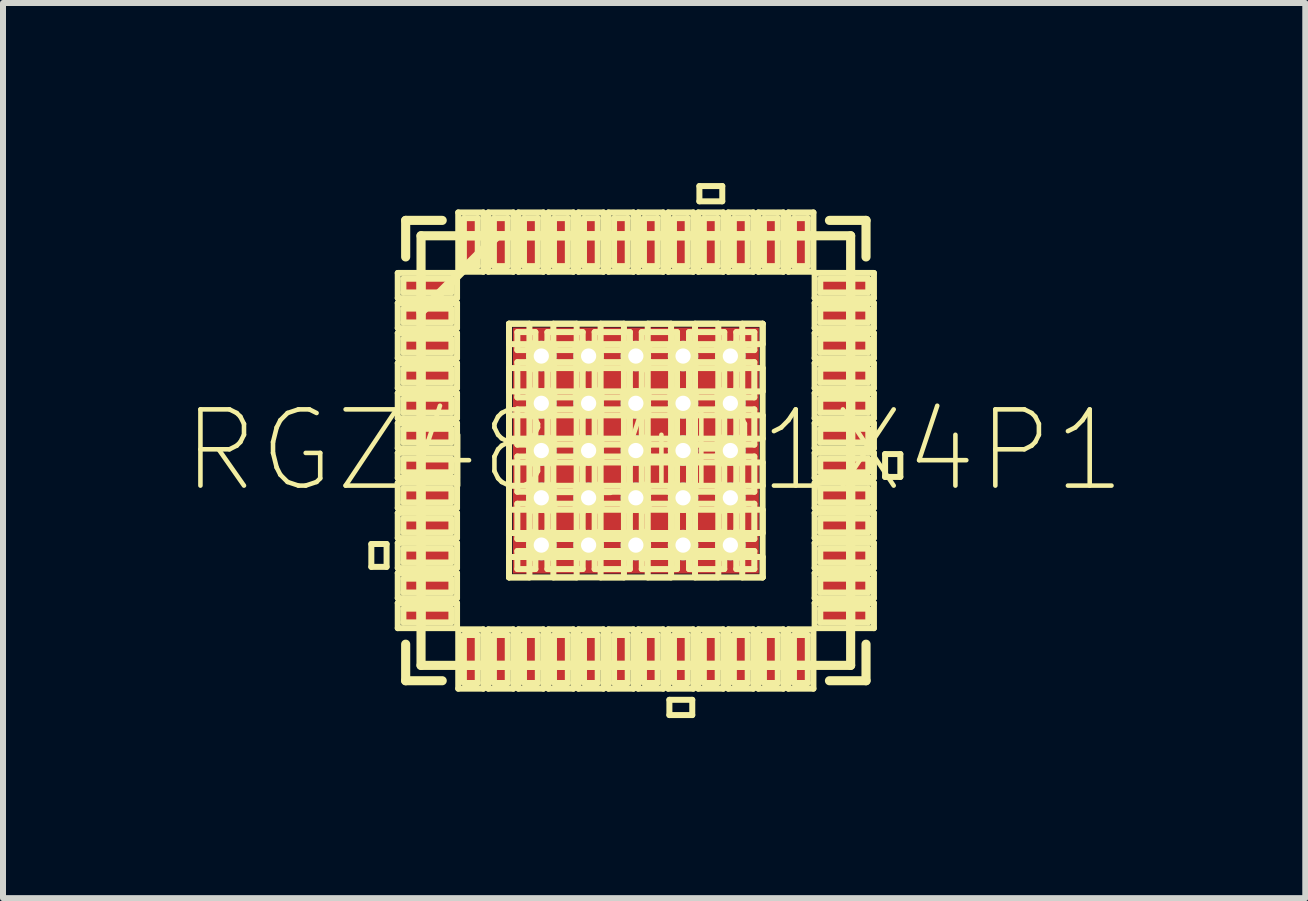
<source format=kicad_pcb>
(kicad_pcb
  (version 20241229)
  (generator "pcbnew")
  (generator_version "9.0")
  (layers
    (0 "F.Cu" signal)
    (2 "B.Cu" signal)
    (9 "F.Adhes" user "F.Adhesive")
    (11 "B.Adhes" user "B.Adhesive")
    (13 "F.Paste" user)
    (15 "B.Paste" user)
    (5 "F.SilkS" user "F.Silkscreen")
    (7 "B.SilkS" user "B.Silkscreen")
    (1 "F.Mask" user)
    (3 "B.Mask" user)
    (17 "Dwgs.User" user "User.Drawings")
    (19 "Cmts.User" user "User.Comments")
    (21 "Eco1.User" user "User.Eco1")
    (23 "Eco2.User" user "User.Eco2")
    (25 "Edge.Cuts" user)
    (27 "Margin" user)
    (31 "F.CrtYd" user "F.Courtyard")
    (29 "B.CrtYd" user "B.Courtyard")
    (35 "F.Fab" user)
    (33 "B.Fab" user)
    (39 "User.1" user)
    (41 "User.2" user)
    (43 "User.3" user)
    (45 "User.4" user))
  (footprint "RGZ48_4P1X4P1"
    (layer "F.Cu")
    (at 7.544 4.457)
    (property "Reference" "RGZ48_4P1X4P1" (at 0.305 0 0) (layer "F.SilkS") (effects (font (size 1.27 1.27) (thickness 0.076))))
    (attr smd)
    (fp_line (start -4.407 1.557) (end -4.407 1.938) (stroke (width 0.1) (type solid)) (layer "F.SilkS"))
    (fp_line (start -4.407 1.938) (end -4.153 1.938) (stroke (width 0.1) (type solid)) (layer "F.SilkS"))
    (fp_line (start -4.153 1.557) (end -4.407 1.557) (stroke (width 0.1) (type solid)) (layer "F.SilkS"))
    (fp_line (start -4.153 1.938) (end -4.153 1.557) (stroke (width 0.1) (type solid)) (layer "F.SilkS"))
    (fp_line (start -3.967 -2.959) (end -3.967 -2.54) (stroke (width 0.1) (type solid)) (layer "F.SilkS"))
    (fp_line (start -3.967 -2.54) (end -2.979 -2.54) (stroke (width 0.1) (type solid)) (layer "F.SilkS"))
    (fp_line (start -3.967 -2.459) (end -3.967 -2.04) (stroke (width 0.1) (type solid)) (layer "F.SilkS"))
    (fp_line (start -3.967 -2.04) (end -2.979 -2.04) (stroke (width 0.1) (type solid)) (layer "F.SilkS"))
    (fp_line (start -3.967 -1.958) (end -3.967 -1.539) (stroke (width 0.1) (type solid)) (layer "F.SilkS"))
    (fp_line (start -3.967 -1.539) (end -2.979 -1.539) (stroke (width 0.1) (type solid)) (layer "F.SilkS"))
    (fp_line (start -3.967 -1.458) (end -3.967 -1.039) (stroke (width 0.1) (type solid)) (layer "F.SilkS"))
    (fp_line (start -3.967 -1.039) (end -2.979 -1.039) (stroke (width 0.1) (type solid)) (layer "F.SilkS"))
    (fp_line (start -3.967 -0.958) (end -3.967 -0.538) (stroke (width 0.1) (type solid)) (layer "F.SilkS"))
    (fp_line (start -3.967 -0.538) (end -2.979 -0.538) (stroke (width 0.1) (type solid)) (layer "F.SilkS"))
    (fp_line (start -3.967 -0.457) (end -3.967 -0.038) (stroke (width 0.1) (type solid)) (layer "F.SilkS"))
    (fp_line (start -3.967 -0.038) (end -2.979 -0.038) (stroke (width 0.1) (type solid)) (layer "F.SilkS"))
    (fp_line (start -3.967 0.038) (end -3.967 0.457) (stroke (width 0.1) (type solid)) (layer "F.SilkS"))
    (fp_line (start -3.967 0.457) (end -2.979 0.457) (stroke (width 0.1) (type solid)) (layer "F.SilkS"))
    (fp_line (start -3.967 0.538) (end -3.967 0.958) (stroke (width 0.1) (type solid)) (layer "F.SilkS"))
    (fp_line (start -3.967 0.958) (end -2.979 0.958) (stroke (width 0.1) (type solid)) (layer "F.SilkS"))
    (fp_line (start -3.967 1.039) (end -3.967 1.458) (stroke (width 0.1) (type solid)) (layer "F.SilkS"))
    (fp_line (start -3.967 1.458) (end -2.979 1.458) (stroke (width 0.1) (type solid)) (layer "F.SilkS"))
    (fp_line (start -3.967 1.539) (end -3.967 1.958) (stroke (width 0.1) (type solid)) (layer "F.SilkS"))
    (fp_line (start -3.967 1.958) (end -2.979 1.958) (stroke (width 0.1) (type solid)) (layer "F.SilkS"))
    (fp_line (start -3.967 2.04) (end -3.967 2.459) (stroke (width 0.1) (type solid)) (layer "F.SilkS"))
    (fp_line (start -3.967 2.459) (end -2.979 2.459) (stroke (width 0.1) (type solid)) (layer "F.SilkS"))
    (fp_line (start -3.967 2.54) (end -3.967 2.959) (stroke (width 0.1) (type solid)) (layer "F.SilkS"))
    (fp_line (start -3.967 2.959) (end -2.979 2.959) (stroke (width 0.1) (type solid)) (layer "F.SilkS"))
    (fp_line (start -3.873 -2.863) (end -3.873 -2.634) (stroke (width 0.1) (type solid)) (layer "F.SilkS"))
    (fp_line (start -3.873 -2.634) (end -3.073 -2.634) (stroke (width 0.1) (type solid)) (layer "F.SilkS"))
    (fp_line (start -3.873 -2.365) (end -3.873 -2.134) (stroke (width 0.1) (type solid)) (layer "F.SilkS"))
    (fp_line (start -3.873 -2.134) (end -3.073 -2.134) (stroke (width 0.1) (type solid)) (layer "F.SilkS"))
    (fp_line (start -3.873 -1.864) (end -3.873 -1.633) (stroke (width 0.1) (type solid)) (layer "F.SilkS"))
    (fp_line (start -3.873 -1.633) (end -3.073 -1.633) (stroke (width 0.1) (type solid)) (layer "F.SilkS"))
    (fp_line (start -3.873 -1.364) (end -3.873 -1.133) (stroke (width 0.1) (type solid)) (layer "F.SilkS"))
    (fp_line (start -3.873 -1.133) (end -3.073 -1.133) (stroke (width 0.1) (type solid)) (layer "F.SilkS"))
    (fp_line (start -3.873 -0.864) (end -3.873 -0.632) (stroke (width 0.1) (type solid)) (layer "F.SilkS"))
    (fp_line (start -3.873 -0.632) (end -3.073 -0.632) (stroke (width 0.1) (type solid)) (layer "F.SilkS"))
    (fp_line (start -3.873 -0.363) (end -3.873 -0.135) (stroke (width 0.1) (type solid)) (layer "F.SilkS"))
    (fp_line (start -3.873 -0.135) (end -3.073 -0.135) (stroke (width 0.1) (type solid)) (layer "F.SilkS"))
    (fp_line (start -3.873 0.135) (end -3.873 0.363) (stroke (width 0.1) (type solid)) (layer "F.SilkS"))
    (fp_line (start -3.873 0.363) (end -3.073 0.363) (stroke (width 0.1) (type solid)) (layer "F.SilkS"))
    (fp_line (start -3.873 0.632) (end -3.873 0.864) (stroke (width 0.1) (type solid)) (layer "F.SilkS"))
    (fp_line (start -3.873 0.864) (end -3.073 0.864) (stroke (width 0.1) (type solid)) (layer "F.SilkS"))
    (fp_line (start -3.873 1.133) (end -3.873 1.364) (stroke (width 0.1) (type solid)) (layer "F.SilkS"))
    (fp_line (start -3.873 1.364) (end -3.073 1.364) (stroke (width 0.1) (type solid)) (layer "F.SilkS"))
    (fp_line (start -3.873 1.633) (end -3.873 1.864) (stroke (width 0.1) (type solid)) (layer "F.SilkS"))
    (fp_line (start -3.873 1.864) (end -3.073 1.864) (stroke (width 0.1) (type solid)) (layer "F.SilkS"))
    (fp_line (start -3.873 2.134) (end -3.873 2.365) (stroke (width 0.1) (type solid)) (layer "F.SilkS"))
    (fp_line (start -3.873 2.365) (end -3.073 2.365) (stroke (width 0.1) (type solid)) (layer "F.SilkS"))
    (fp_line (start -3.873 2.634) (end -3.873 2.863) (stroke (width 0.1) (type solid)) (layer "F.SilkS"))
    (fp_line (start -3.873 2.863) (end -3.073 2.863) (stroke (width 0.1) (type solid)) (layer "F.SilkS"))
    (fp_line (start -3.835 -3.835) (end -3.835 -3.226) (stroke (width 0.152) (type solid)) (layer "F.SilkS"))
    (fp_line (start -3.835 3.226) (end -3.835 3.835) (stroke (width 0.152) (type solid)) (layer "F.SilkS"))
    (fp_line (start -3.835 3.835) (end -3.226 3.835) (stroke (width 0.152) (type solid)) (layer "F.SilkS"))
    (fp_line (start -3.579 -3.579) (end -3.579 3.579) (stroke (width 0.152) (type solid)) (layer "F.SilkS"))
    (fp_line (start -3.579 -2.896) (end -3.579 -2.588) (stroke (width 0.152) (type solid)) (layer "F.SilkS"))
    (fp_line (start -3.579 -2.388) (end -3.579 -2.108) (stroke (width 0.152) (type solid)) (layer "F.SilkS"))
    (fp_line (start -3.579 -2.311) (end -2.311 -3.579) (stroke (width 0.152) (type solid)) (layer "F.SilkS"))
    (fp_line (start -3.579 -1.905) (end -3.579 -1.6) (stroke (width 0.152) (type solid)) (layer "F.SilkS"))
    (fp_line (start -3.579 -1.397) (end -3.579 -1.09) (stroke (width 0.152) (type solid)) (layer "F.SilkS"))
    (fp_line (start -3.579 -0.889) (end -3.579 -0.61) (stroke (width 0.152) (type solid)) (layer "F.SilkS"))
    (fp_line (start -3.579 -0.406) (end -3.579 -0.102) (stroke (width 0.152) (type solid)) (layer "F.SilkS"))
    (fp_line (start -3.579 0.102) (end -3.579 0.406) (stroke (width 0.152) (type solid)) (layer "F.SilkS"))
    (fp_line (start -3.579 0.61) (end -3.579 0.889) (stroke (width 0.152) (type solid)) (layer "F.SilkS"))
    (fp_line (start -3.579 1.09) (end -3.579 1.397) (stroke (width 0.152) (type solid)) (layer "F.SilkS"))
    (fp_line (start -3.579 1.6) (end -3.579 1.905) (stroke (width 0.152) (type solid)) (layer "F.SilkS"))
    (fp_line (start -3.579 2.108) (end -3.579 2.388) (stroke (width 0.152) (type solid)) (layer "F.SilkS"))
    (fp_line (start -3.579 2.588) (end -3.579 2.896) (stroke (width 0.152) (type solid)) (layer "F.SilkS"))
    (fp_line (start -3.579 3.579) (end 3.579 3.579) (stroke (width 0.152) (type solid)) (layer "F.SilkS"))
    (fp_line (start -3.226 -3.835) (end -3.835 -3.835) (stroke (width 0.152) (type solid)) (layer "F.SilkS"))
    (fp_line (start -3.073 -2.863) (end -3.873 -2.863) (stroke (width 0.1) (type solid)) (layer "F.SilkS"))
    (fp_line (start -3.073 -2.634) (end -3.073 -2.863) (stroke (width 0.1) (type solid)) (layer "F.SilkS"))
    (fp_line (start -3.073 -2.365) (end -3.873 -2.365) (stroke (width 0.1) (type solid)) (layer "F.SilkS"))
    (fp_line (start -3.073 -2.134) (end -3.073 -2.365) (stroke (width 0.1) (type solid)) (layer "F.SilkS"))
    (fp_line (start -3.073 -1.864) (end -3.873 -1.864) (stroke (width 0.1) (type solid)) (layer "F.SilkS"))
    (fp_line (start -3.073 -1.633) (end -3.073 -1.864) (stroke (width 0.1) (type solid)) (layer "F.SilkS"))
    (fp_line (start -3.073 -1.364) (end -3.873 -1.364) (stroke (width 0.1) (type solid)) (layer "F.SilkS"))
    (fp_line (start -3.073 -1.133) (end -3.073 -1.364) (stroke (width 0.1) (type solid)) (layer "F.SilkS"))
    (fp_line (start -3.073 -0.864) (end -3.873 -0.864) (stroke (width 0.1) (type solid)) (layer "F.SilkS"))
    (fp_line (start -3.073 -0.632) (end -3.073 -0.864) (stroke (width 0.1) (type solid)) (layer "F.SilkS"))
    (fp_line (start -3.073 -0.363) (end -3.873 -0.363) (stroke (width 0.1) (type solid)) (layer "F.SilkS"))
    (fp_line (start -3.073 -0.135) (end -3.073 -0.363) (stroke (width 0.1) (type solid)) (layer "F.SilkS"))
    (fp_line (start -3.073 0.135) (end -3.873 0.135) (stroke (width 0.1) (type solid)) (layer "F.SilkS"))
    (fp_line (start -3.073 0.363) (end -3.073 0.135) (stroke (width 0.1) (type solid)) (layer "F.SilkS"))
    (fp_line (start -3.073 0.632) (end -3.873 0.632) (stroke (width 0.1) (type solid)) (layer "F.SilkS"))
    (fp_line (start -3.073 0.864) (end -3.073 0.632) (stroke (width 0.1) (type solid)) (layer "F.SilkS"))
    (fp_line (start -3.073 1.133) (end -3.873 1.133) (stroke (width 0.1) (type solid)) (layer "F.SilkS"))
    (fp_line (start -3.073 1.364) (end -3.073 1.133) (stroke (width 0.1) (type solid)) (layer "F.SilkS"))
    (fp_line (start -3.073 1.633) (end -3.873 1.633) (stroke (width 0.1) (type solid)) (layer "F.SilkS"))
    (fp_line (start -3.073 1.864) (end -3.073 1.633) (stroke (width 0.1) (type solid)) (layer "F.SilkS"))
    (fp_line (start -3.073 2.134) (end -3.873 2.134) (stroke (width 0.1) (type solid)) (layer "F.SilkS"))
    (fp_line (start -3.073 2.365) (end -3.073 2.134) (stroke (width 0.1) (type solid)) (layer "F.SilkS"))
    (fp_line (start -3.073 2.634) (end -3.873 2.634) (stroke (width 0.1) (type solid)) (layer "F.SilkS"))
    (fp_line (start -3.073 2.863) (end -3.073 2.634) (stroke (width 0.1) (type solid)) (layer "F.SilkS"))
    (fp_line (start -2.979 -2.959) (end -3.967 -2.959) (stroke (width 0.1) (type solid)) (layer "F.SilkS"))
    (fp_line (start -2.979 -2.54) (end -2.979 -2.959) (stroke (width 0.1) (type solid)) (layer "F.SilkS"))
    (fp_line (start -2.979 -2.459) (end -3.967 -2.459) (stroke (width 0.1) (type solid)) (layer "F.SilkS"))
    (fp_line (start -2.979 -2.04) (end -2.979 -2.459) (stroke (width 0.1) (type solid)) (layer "F.SilkS"))
    (fp_line (start -2.979 -1.958) (end -3.967 -1.958) (stroke (width 0.1) (type solid)) (layer "F.SilkS"))
    (fp_line (start -2.979 -1.539) (end -2.979 -1.958) (stroke (width 0.1) (type solid)) (layer "F.SilkS"))
    (fp_line (start -2.979 -1.458) (end -3.967 -1.458) (stroke (width 0.1) (type solid)) (layer "F.SilkS"))
    (fp_line (start -2.979 -1.039) (end -2.979 -1.458) (stroke (width 0.1) (type solid)) (layer "F.SilkS"))
    (fp_line (start -2.979 -0.958) (end -3.967 -0.958) (stroke (width 0.1) (type solid)) (layer "F.SilkS"))
    (fp_line (start -2.979 -0.538) (end -2.979 -0.958) (stroke (width 0.1) (type solid)) (layer "F.SilkS"))
    (fp_line (start -2.979 -0.457) (end -3.967 -0.457) (stroke (width 0.1) (type solid)) (layer "F.SilkS"))
    (fp_line (start -2.979 -0.038) (end -2.979 -0.457) (stroke (width 0.1) (type solid)) (layer "F.SilkS"))
    (fp_line (start -2.979 0.038) (end -3.967 0.038) (stroke (width 0.1) (type solid)) (layer "F.SilkS"))
    (fp_line (start -2.979 0.457) (end -2.979 0.038) (stroke (width 0.1) (type solid)) (layer "F.SilkS"))
    (fp_line (start -2.979 0.538) (end -3.967 0.538) (stroke (width 0.1) (type solid)) (layer "F.SilkS"))
    (fp_line (start -2.979 0.958) (end -2.979 0.538) (stroke (width 0.1) (type solid)) (layer "F.SilkS"))
    (fp_line (start -2.979 1.039) (end -3.967 1.039) (stroke (width 0.1) (type solid)) (layer "F.SilkS"))
    (fp_line (start -2.979 1.458) (end -2.979 1.039) (stroke (width 0.1) (type solid)) (layer "F.SilkS"))
    (fp_line (start -2.979 1.539) (end -3.967 1.539) (stroke (width 0.1) (type solid)) (layer "F.SilkS"))
    (fp_line (start -2.979 1.958) (end -2.979 1.539) (stroke (width 0.1) (type solid)) (layer "F.SilkS"))
    (fp_line (start -2.979 2.04) (end -3.967 2.04) (stroke (width 0.1) (type solid)) (layer "F.SilkS"))
    (fp_line (start -2.979 2.459) (end -2.979 2.04) (stroke (width 0.1) (type solid)) (layer "F.SilkS"))
    (fp_line (start -2.979 2.54) (end -3.967 2.54) (stroke (width 0.1) (type solid)) (layer "F.SilkS"))
    (fp_line (start -2.979 2.959) (end -2.979 2.54) (stroke (width 0.1) (type solid)) (layer "F.SilkS"))
    (fp_line (start -2.959 -3.967) (end -2.959 -2.979) (stroke (width 0.1) (type solid)) (layer "F.SilkS"))
    (fp_line (start -2.959 -2.979) (end -2.54 -2.979) (stroke (width 0.1) (type solid)) (layer "F.SilkS"))
    (fp_line (start -2.959 2.979) (end -2.959 3.967) (stroke (width 0.1) (type solid)) (layer "F.SilkS"))
    (fp_line (start -2.959 3.967) (end -2.54 3.967) (stroke (width 0.1) (type solid)) (layer "F.SilkS"))
    (fp_line (start -2.896 3.579) (end -2.588 3.579) (stroke (width 0.152) (type solid)) (layer "F.SilkS"))
    (fp_line (start -2.865 -3.873) (end -2.865 -3.073) (stroke (width 0.1) (type solid)) (layer "F.SilkS"))
    (fp_line (start -2.865 -3.073) (end -2.634 -3.073) (stroke (width 0.1) (type solid)) (layer "F.SilkS"))
    (fp_line (start -2.865 3.073) (end -2.865 3.873) (stroke (width 0.1) (type solid)) (layer "F.SilkS"))
    (fp_line (start -2.865 3.873) (end -2.634 3.873) (stroke (width 0.1) (type solid)) (layer "F.SilkS"))
    (fp_line (start -2.634 -3.873) (end -2.865 -3.873) (stroke (width 0.1) (type solid)) (layer "F.SilkS"))
    (fp_line (start -2.634 -3.073) (end -2.634 -3.873) (stroke (width 0.1) (type solid)) (layer "F.SilkS"))
    (fp_line (start -2.634 3.073) (end -2.865 3.073) (stroke (width 0.1) (type solid)) (layer "F.SilkS"))
    (fp_line (start -2.634 3.873) (end -2.634 3.073) (stroke (width 0.1) (type solid)) (layer "F.SilkS"))
    (fp_line (start -2.588 -3.579) (end -2.896 -3.579) (stroke (width 0.152) (type solid)) (layer "F.SilkS"))
    (fp_line (start -2.54 -3.967) (end -2.959 -3.967) (stroke (width 0.1) (type solid)) (layer "F.SilkS"))
    (fp_line (start -2.54 -2.979) (end -2.54 -3.967) (stroke (width 0.1) (type solid)) (layer "F.SilkS"))
    (fp_line (start -2.54 2.979) (end -2.959 2.979) (stroke (width 0.1) (type solid)) (layer "F.SilkS"))
    (fp_line (start -2.54 3.967) (end -2.54 2.979) (stroke (width 0.1) (type solid)) (layer "F.SilkS"))
    (fp_line (start -2.459 -3.967) (end -2.459 -2.979) (stroke (width 0.1) (type solid)) (layer "F.SilkS"))
    (fp_line (start -2.459 -2.979) (end -2.04 -2.979) (stroke (width 0.1) (type solid)) (layer "F.SilkS"))
    (fp_line (start -2.459 2.979) (end -2.459 3.967) (stroke (width 0.1) (type solid)) (layer "F.SilkS"))
    (fp_line (start -2.459 3.967) (end -2.04 3.967) (stroke (width 0.1) (type solid)) (layer "F.SilkS"))
    (fp_line (start -2.388 3.579) (end -2.108 3.579) (stroke (width 0.152) (type solid)) (layer "F.SilkS"))
    (fp_line (start -2.365 -3.873) (end -2.365 -3.073) (stroke (width 0.1) (type solid)) (layer "F.SilkS"))
    (fp_line (start -2.365 -3.073) (end -2.134 -3.073) (stroke (width 0.1) (type solid)) (layer "F.SilkS"))
    (fp_line (start -2.365 3.073) (end -2.365 3.873) (stroke (width 0.1) (type solid)) (layer "F.SilkS"))
    (fp_line (start -2.365 3.873) (end -2.134 3.873) (stroke (width 0.1) (type solid)) (layer "F.SilkS"))
    (fp_line (start -2.134 -3.873) (end -2.365 -3.873) (stroke (width 0.1) (type solid)) (layer "F.SilkS"))
    (fp_line (start -2.134 -3.073) (end -2.134 -3.873) (stroke (width 0.1) (type solid)) (layer "F.SilkS"))
    (fp_line (start -2.134 3.073) (end -2.365 3.073) (stroke (width 0.1) (type solid)) (layer "F.SilkS"))
    (fp_line (start -2.134 3.873) (end -2.134 3.073) (stroke (width 0.1) (type solid)) (layer "F.SilkS"))
    (fp_line (start -2.113 -2.113) (end -1.773 -2.113) (stroke (width 0.1) (type solid)) (layer "F.SilkS"))
    (fp_line (start -2.113 -2.113) (end 2.113 -2.113) (stroke (width 0.1) (type solid)) (layer "F.SilkS"))
    (fp_line (start -2.113 -1.773) (end -2.113 -2.113) (stroke (width 0.1) (type solid)) (layer "F.SilkS"))
    (fp_line (start -2.113 -1.374) (end 2.113 -1.374) (stroke (width 0.1) (type solid)) (layer "F.SilkS"))
    (fp_line (start -2.113 -0.986) (end -2.113 -1.374) (stroke (width 0.1) (type solid)) (layer "F.SilkS"))
    (fp_line (start -2.113 -0.587) (end 2.113 -0.587) (stroke (width 0.1) (type solid)) (layer "F.SilkS"))
    (fp_line (start -2.113 -0.198) (end -2.113 -0.587) (stroke (width 0.1) (type solid)) (layer "F.SilkS"))
    (fp_line (start -2.113 0.198) (end 2.113 0.198) (stroke (width 0.1) (type solid)) (layer "F.SilkS"))
    (fp_line (start -2.113 0.587) (end -2.113 0.198) (stroke (width 0.1) (type solid)) (layer "F.SilkS"))
    (fp_line (start -2.113 0.986) (end 2.113 0.986) (stroke (width 0.1) (type solid)) (layer "F.SilkS"))
    (fp_line (start -2.113 1.374) (end -2.113 0.986) (stroke (width 0.1) (type solid)) (layer "F.SilkS"))
    (fp_line (start -2.113 1.773) (end 2.113 1.773) (stroke (width 0.1) (type solid)) (layer "F.SilkS"))
    (fp_line (start -2.113 2.113) (end -2.113 -2.113) (stroke (width 0.1) (type solid)) (layer "F.SilkS"))
    (fp_line (start -2.113 2.113) (end -2.113 1.773) (stroke (width 0.1) (type solid)) (layer "F.SilkS"))
    (fp_line (start -2.108 -3.579) (end -2.388 -3.579) (stroke (width 0.152) (type solid)) (layer "F.SilkS"))
    (fp_line (start -2.04 -3.967) (end -2.459 -3.967) (stroke (width 0.1) (type solid)) (layer "F.SilkS"))
    (fp_line (start -2.04 -2.979) (end -2.04 -3.967) (stroke (width 0.1) (type solid)) (layer "F.SilkS"))
    (fp_line (start -2.04 2.979) (end -2.459 2.979) (stroke (width 0.1) (type solid)) (layer "F.SilkS"))
    (fp_line (start -2.04 3.967) (end -2.04 2.979) (stroke (width 0.1) (type solid)) (layer "F.SilkS"))
    (fp_line (start -1.974 -1.974) (end -1.974 -1.674) (stroke (width 0.1) (type solid)) (layer "F.SilkS"))
    (fp_line (start -1.974 -1.674) (end -1.816 -1.674) (stroke (width 0.1) (type solid)) (layer "F.SilkS"))
    (fp_line (start -1.974 -1.473) (end -1.974 -0.886) (stroke (width 0.1) (type solid)) (layer "F.SilkS"))
    (fp_line (start -1.974 -0.886) (end -1.816 -0.886) (stroke (width 0.1) (type solid)) (layer "F.SilkS"))
    (fp_line (start -1.974 -0.686) (end -1.974 -0.099) (stroke (width 0.1) (type solid)) (layer "F.SilkS"))
    (fp_line (start -1.974 -0.099) (end -1.816 -0.099) (stroke (width 0.1) (type solid)) (layer "F.SilkS"))
    (fp_line (start -1.974 0.099) (end -1.974 0.686) (stroke (width 0.1) (type solid)) (layer "F.SilkS"))
    (fp_line (start -1.974 0.686) (end -1.816 0.686) (stroke (width 0.1) (type solid)) (layer "F.SilkS"))
    (fp_line (start -1.974 0.886) (end -1.974 1.473) (stroke (width 0.1) (type solid)) (layer "F.SilkS"))
    (fp_line (start -1.974 1.473) (end -1.816 1.473) (stroke (width 0.1) (type solid)) (layer "F.SilkS"))
    (fp_line (start -1.974 1.674) (end -1.974 1.974) (stroke (width 0.1) (type solid)) (layer "F.SilkS"))
    (fp_line (start -1.974 1.974) (end -1.674 1.974) (stroke (width 0.1) (type solid)) (layer "F.SilkS"))
    (fp_line (start -1.958 -3.967) (end -1.958 -2.979) (stroke (width 0.1) (type solid)) (layer "F.SilkS"))
    (fp_line (start -1.958 -2.979) (end -1.539 -2.979) (stroke (width 0.1) (type solid)) (layer "F.SilkS"))
    (fp_line (start -1.958 2.979) (end -1.958 3.967) (stroke (width 0.1) (type solid)) (layer "F.SilkS"))
    (fp_line (start -1.958 3.967) (end -1.539 3.967) (stroke (width 0.1) (type solid)) (layer "F.SilkS"))
    (fp_line (start -1.905 3.579) (end -1.6 3.579) (stroke (width 0.152) (type solid)) (layer "F.SilkS"))
    (fp_line (start -1.864 -3.873) (end -1.864 -3.073) (stroke (width 0.1) (type solid)) (layer "F.SilkS"))
    (fp_line (start -1.864 -3.073) (end -1.633 -3.073) (stroke (width 0.1) (type solid)) (layer "F.SilkS"))
    (fp_line (start -1.864 3.073) (end -1.864 3.873) (stroke (width 0.1) (type solid)) (layer "F.SilkS"))
    (fp_line (start -1.864 3.873) (end -1.633 3.873) (stroke (width 0.1) (type solid)) (layer "F.SilkS"))
    (fp_line (start -1.816 -1.674) (end -1.674 -1.816) (stroke (width 0.1) (type solid)) (layer "F.SilkS"))
    (fp_line (start -1.816 -1.473) (end -1.974 -1.473) (stroke (width 0.1) (type solid)) (layer "F.SilkS"))
    (fp_line (start -1.816 -0.886) (end -1.674 -1.029) (stroke (width 0.1) (type solid)) (layer "F.SilkS"))
    (fp_line (start -1.816 -0.686) (end -1.974 -0.686) (stroke (width 0.1) (type solid)) (layer "F.SilkS"))
    (fp_line (start -1.816 -0.099) (end -1.674 -0.241) (stroke (width 0.1) (type solid)) (layer "F.SilkS"))
    (fp_line (start -1.816 0.099) (end -1.974 0.099) (stroke (width 0.1) (type solid)) (layer "F.SilkS"))
    (fp_line (start -1.816 0.686) (end -1.674 0.544) (stroke (width 0.1) (type solid)) (layer "F.SilkS"))
    (fp_line (start -1.816 0.886) (end -1.974 0.886) (stroke (width 0.1) (type solid)) (layer "F.SilkS"))
    (fp_line (start -1.816 1.473) (end -1.674 1.331) (stroke (width 0.1) (type solid)) (layer "F.SilkS"))
    (fp_line (start -1.816 1.674) (end -1.974 1.674) (stroke (width 0.1) (type solid)) (layer "F.SilkS"))
    (fp_line (start -1.773 -2.113) (end -1.773 2.113) (stroke (width 0.1) (type solid)) (layer "F.SilkS"))
    (fp_line (start -1.773 2.113) (end -2.113 2.113) (stroke (width 0.1) (type solid)) (layer "F.SilkS"))
    (fp_line (start -1.674 -1.974) (end -1.974 -1.974) (stroke (width 0.1) (type solid)) (layer "F.SilkS"))
    (fp_line (start -1.674 -1.816) (end -1.674 -1.974) (stroke (width 0.1) (type solid)) (layer "F.SilkS"))
    (fp_line (start -1.674 -1.331) (end -1.816 -1.473) (stroke (width 0.1) (type solid)) (layer "F.SilkS"))
    (fp_line (start -1.674 -1.029) (end -1.674 -1.331) (stroke (width 0.1) (type solid)) (layer "F.SilkS"))
    (fp_line (start -1.674 -0.544) (end -1.816 -0.686) (stroke (width 0.1) (type solid)) (layer "F.SilkS"))
    (fp_line (start -1.674 -0.241) (end -1.674 -0.544) (stroke (width 0.1) (type solid)) (layer "F.SilkS"))
    (fp_line (start -1.674 0.241) (end -1.816 0.099) (stroke (width 0.1) (type solid)) (layer "F.SilkS"))
    (fp_line (start -1.674 0.544) (end -1.674 0.241) (stroke (width 0.1) (type solid)) (layer "F.SilkS"))
    (fp_line (start -1.674 1.029) (end -1.816 0.886) (stroke (width 0.1) (type solid)) (layer "F.SilkS"))
    (fp_line (start -1.674 1.331) (end -1.674 1.029) (stroke (width 0.1) (type solid)) (layer "F.SilkS"))
    (fp_line (start -1.674 1.816) (end -1.816 1.674) (stroke (width 0.1) (type solid)) (layer "F.SilkS"))
    (fp_line (start -1.674 1.974) (end -1.674 1.816) (stroke (width 0.1) (type solid)) (layer "F.SilkS"))
    (fp_line (start -1.633 -3.873) (end -1.864 -3.873) (stroke (width 0.1) (type solid)) (layer "F.SilkS"))
    (fp_line (start -1.633 -3.073) (end -1.633 -3.873) (stroke (width 0.1) (type solid)) (layer "F.SilkS"))
    (fp_line (start -1.633 3.073) (end -1.864 3.073) (stroke (width 0.1) (type solid)) (layer "F.SilkS"))
    (fp_line (start -1.633 3.873) (end -1.633 3.073) (stroke (width 0.1) (type solid)) (layer "F.SilkS"))
    (fp_line (start -1.6 -3.579) (end -1.905 -3.579) (stroke (width 0.152) (type solid)) (layer "F.SilkS"))
    (fp_line (start -1.539 -3.967) (end -1.958 -3.967) (stroke (width 0.1) (type solid)) (layer "F.SilkS"))
    (fp_line (start -1.539 -2.979) (end -1.539 -3.967) (stroke (width 0.1) (type solid)) (layer "F.SilkS"))
    (fp_line (start -1.539 2.979) (end -1.958 2.979) (stroke (width 0.1) (type solid)) (layer "F.SilkS"))
    (fp_line (start -1.539 3.967) (end -1.539 2.979) (stroke (width 0.1) (type solid)) (layer "F.SilkS"))
    (fp_line (start -1.473 -1.974) (end -1.473 -1.816) (stroke (width 0.1) (type solid)) (layer "F.SilkS"))
    (fp_line (start -1.473 -1.816) (end -1.331 -1.674) (stroke (width 0.1) (type solid)) (layer "F.SilkS"))
    (fp_line (start -1.473 -1.331) (end -1.473 -1.029) (stroke (width 0.1) (type solid)) (layer "F.SilkS"))
    (fp_line (start -1.473 -1.029) (end -1.331 -0.886) (stroke (width 0.1) (type solid)) (layer "F.SilkS"))
    (fp_line (start -1.473 -0.544) (end -1.473 -0.241) (stroke (width 0.1) (type solid)) (layer "F.SilkS"))
    (fp_line (start -1.473 -0.241) (end -1.331 -0.099) (stroke (width 0.1) (type solid)) (layer "F.SilkS"))
    (fp_line (start -1.473 0.241) (end -1.473 0.544) (stroke (width 0.1) (type solid)) (layer "F.SilkS"))
    (fp_line (start -1.473 0.544) (end -1.331 0.686) (stroke (width 0.1) (type solid)) (layer "F.SilkS"))
    (fp_line (start -1.473 1.029) (end -1.473 1.331) (stroke (width 0.1) (type solid)) (layer "F.SilkS"))
    (fp_line (start -1.473 1.331) (end -1.331 1.473) (stroke (width 0.1) (type solid)) (layer "F.SilkS"))
    (fp_line (start -1.473 1.816) (end -1.473 1.974) (stroke (width 0.1) (type solid)) (layer "F.SilkS"))
    (fp_line (start -1.473 1.974) (end -0.886 1.974) (stroke (width 0.1) (type solid)) (layer "F.SilkS"))
    (fp_line (start -1.458 -3.967) (end -1.458 -2.979) (stroke (width 0.1) (type solid)) (layer "F.SilkS"))
    (fp_line (start -1.458 -2.979) (end -1.039 -2.979) (stroke (width 0.1) (type solid)) (layer "F.SilkS"))
    (fp_line (start -1.458 2.979) (end -1.458 3.967) (stroke (width 0.1) (type solid)) (layer "F.SilkS"))
    (fp_line (start -1.458 3.967) (end -1.039 3.967) (stroke (width 0.1) (type solid)) (layer "F.SilkS"))
    (fp_line (start -1.397 3.579) (end -1.09 3.579) (stroke (width 0.152) (type solid)) (layer "F.SilkS"))
    (fp_line (start -1.374 -2.113) (end -1.374 2.113) (stroke (width 0.1) (type solid)) (layer "F.SilkS"))
    (fp_line (start -1.374 2.113) (end -0.986 2.113) (stroke (width 0.1) (type solid)) (layer "F.SilkS"))
    (fp_line (start -1.364 -3.873) (end -1.364 -3.073) (stroke (width 0.1) (type solid)) (layer "F.SilkS"))
    (fp_line (start -1.364 -3.073) (end -1.133 -3.073) (stroke (width 0.1) (type solid)) (layer "F.SilkS"))
    (fp_line (start -1.364 3.073) (end -1.364 3.873) (stroke (width 0.1) (type solid)) (layer "F.SilkS"))
    (fp_line (start -1.364 3.873) (end -1.133 3.873) (stroke (width 0.1) (type solid)) (layer "F.SilkS"))
    (fp_line (start -1.331 -1.674) (end -1.029 -1.674) (stroke (width 0.1) (type solid)) (layer "F.SilkS"))
    (fp_line (start -1.331 -1.473) (end -1.473 -1.331) (stroke (width 0.1) (type solid)) (layer "F.SilkS"))
    (fp_line (start -1.331 -0.886) (end -1.029 -0.886) (stroke (width 0.1) (type solid)) (layer "F.SilkS"))
    (fp_line (start -1.331 -0.686) (end -1.473 -0.544) (stroke (width 0.1) (type solid)) (layer "F.SilkS"))
    (fp_line (start -1.331 -0.099) (end -1.029 -0.099) (stroke (width 0.1) (type solid)) (layer "F.SilkS"))
    (fp_line (start -1.331 0.099) (end -1.473 0.241) (stroke (width 0.1) (type solid)) (layer "F.SilkS"))
    (fp_line (start -1.331 0.686) (end -1.029 0.686) (stroke (width 0.1) (type solid)) (layer "F.SilkS"))
    (fp_line (start -1.331 0.886) (end -1.473 1.029) (stroke (width 0.1) (type solid)) (layer "F.SilkS"))
    (fp_line (start -1.331 1.473) (end -1.029 1.473) (stroke (width 0.1) (type solid)) (layer "F.SilkS"))
    (fp_line (start -1.331 1.674) (end -1.473 1.816) (stroke (width 0.1) (type solid)) (layer "F.SilkS"))
    (fp_line (start -1.133 -3.873) (end -1.364 -3.873) (stroke (width 0.1) (type solid)) (layer "F.SilkS"))
    (fp_line (start -1.133 -3.073) (end -1.133 -3.873) (stroke (width 0.1) (type solid)) (layer "F.SilkS"))
    (fp_line (start -1.133 3.073) (end -1.364 3.073) (stroke (width 0.1) (type solid)) (layer "F.SilkS"))
    (fp_line (start -1.133 3.873) (end -1.133 3.073) (stroke (width 0.1) (type solid)) (layer "F.SilkS"))
    (fp_line (start -1.09 -3.579) (end -1.397 -3.579) (stroke (width 0.152) (type solid)) (layer "F.SilkS"))
    (fp_line (start -1.039 -3.967) (end -1.458 -3.967) (stroke (width 0.1) (type solid)) (layer "F.SilkS"))
    (fp_line (start -1.039 -2.979) (end -1.039 -3.967) (stroke (width 0.1) (type solid)) (layer "F.SilkS"))
    (fp_line (start -1.039 2.979) (end -1.458 2.979) (stroke (width 0.1) (type solid)) (layer "F.SilkS"))
    (fp_line (start -1.039 3.967) (end -1.039 2.979) (stroke (width 0.1) (type solid)) (layer "F.SilkS"))
    (fp_line (start -1.029 -1.674) (end -0.886 -1.816) (stroke (width 0.1) (type solid)) (layer "F.SilkS"))
    (fp_line (start -1.029 -1.473) (end -1.331 -1.473) (stroke (width 0.1) (type solid)) (layer "F.SilkS"))
    (fp_line (start -1.029 -0.886) (end -0.886 -1.029) (stroke (width 0.1) (type solid)) (layer "F.SilkS"))
    (fp_line (start -1.029 -0.686) (end -1.331 -0.686) (stroke (width 0.1) (type solid)) (layer "F.SilkS"))
    (fp_line (start -1.029 -0.099) (end -0.886 -0.241) (stroke (width 0.1) (type solid)) (layer "F.SilkS"))
    (fp_line (start -1.029 0.099) (end -1.331 0.099) (stroke (width 0.1) (type solid)) (layer "F.SilkS"))
    (fp_line (start -1.029 0.686) (end -0.886 0.544) (stroke (width 0.1) (type solid)) (layer "F.SilkS"))
    (fp_line (start -1.029 0.886) (end -1.331 0.886) (stroke (width 0.1) (type solid)) (layer "F.SilkS"))
    (fp_line (start -1.029 1.473) (end -0.886 1.331) (stroke (width 0.1) (type solid)) (layer "F.SilkS"))
    (fp_line (start -1.029 1.674) (end -1.331 1.674) (stroke (width 0.1) (type solid)) (layer "F.SilkS"))
    (fp_line (start -0.986 -2.113) (end -1.374 -2.113) (stroke (width 0.1) (type solid)) (layer "F.SilkS"))
    (fp_line (start -0.986 2.113) (end -0.986 -2.113) (stroke (width 0.1) (type solid)) (layer "F.SilkS"))
    (fp_line (start -0.958 -3.967) (end -0.958 -2.979) (stroke (width 0.1) (type solid)) (layer "F.SilkS"))
    (fp_line (start -0.958 -2.979) (end -0.538 -2.979) (stroke (width 0.1) (type solid)) (layer "F.SilkS"))
    (fp_line (start -0.958 2.979) (end -0.958 3.967) (stroke (width 0.1) (type solid)) (layer "F.SilkS"))
    (fp_line (start -0.958 3.967) (end -0.538 3.967) (stroke (width 0.1) (type solid)) (layer "F.SilkS"))
    (fp_line (start -0.889 3.579) (end -0.61 3.579) (stroke (width 0.152) (type solid)) (layer "F.SilkS"))
    (fp_line (start -0.886 -1.974) (end -1.473 -1.974) (stroke (width 0.1) (type solid)) (layer "F.SilkS"))
    (fp_line (start -0.886 -1.816) (end -0.886 -1.974) (stroke (width 0.1) (type solid)) (layer "F.SilkS"))
    (fp_line (start -0.886 -1.331) (end -1.029 -1.473) (stroke (width 0.1) (type solid)) (layer "F.SilkS"))
    (fp_line (start -0.886 -1.029) (end -0.886 -1.331) (stroke (width 0.1) (type solid)) (layer "F.SilkS"))
    (fp_line (start -0.886 -0.544) (end -1.029 -0.686) (stroke (width 0.1) (type solid)) (layer "F.SilkS"))
    (fp_line (start -0.886 -0.241) (end -0.886 -0.544) (stroke (width 0.1) (type solid)) (layer "F.SilkS"))
    (fp_line (start -0.886 0.241) (end -1.029 0.099) (stroke (width 0.1) (type solid)) (layer "F.SilkS"))
    (fp_line (start -0.886 0.544) (end -0.886 0.241) (stroke (width 0.1) (type solid)) (layer "F.SilkS"))
    (fp_line (start -0.886 1.029) (end -1.029 0.886) (stroke (width 0.1) (type solid)) (layer "F.SilkS"))
    (fp_line (start -0.886 1.331) (end -0.886 1.029) (stroke (width 0.1) (type solid)) (layer "F.SilkS"))
    (fp_line (start -0.886 1.816) (end -1.029 1.674) (stroke (width 0.1) (type solid)) (layer "F.SilkS"))
    (fp_line (start -0.886 1.974) (end -0.886 1.816) (stroke (width 0.1) (type solid)) (layer "F.SilkS"))
    (fp_line (start -0.864 -3.873) (end -0.864 -3.073) (stroke (width 0.1) (type solid)) (layer "F.SilkS"))
    (fp_line (start -0.864 -3.073) (end -0.635 -3.073) (stroke (width 0.1) (type solid)) (layer "F.SilkS"))
    (fp_line (start -0.864 3.073) (end -0.864 3.873) (stroke (width 0.1) (type solid)) (layer "F.SilkS"))
    (fp_line (start -0.864 3.873) (end -0.635 3.873) (stroke (width 0.1) (type solid)) (layer "F.SilkS"))
    (fp_line (start -0.686 -1.974) (end -0.686 -1.816) (stroke (width 0.1) (type solid)) (layer "F.SilkS"))
    (fp_line (start -0.686 -1.816) (end -0.544 -1.674) (stroke (width 0.1) (type solid)) (layer "F.SilkS"))
    (fp_line (start -0.686 -1.331) (end -0.686 -1.029) (stroke (width 0.1) (type solid)) (layer "F.SilkS"))
    (fp_line (start -0.686 -1.029) (end -0.544 -0.886) (stroke (width 0.1) (type solid)) (layer "F.SilkS"))
    (fp_line (start -0.686 -0.544) (end -0.686 -0.241) (stroke (width 0.1) (type solid)) (layer "F.SilkS"))
    (fp_line (start -0.686 -0.241) (end -0.544 -0.099) (stroke (width 0.1) (type solid)) (layer "F.SilkS"))
    (fp_line (start -0.686 0.241) (end -0.686 0.544) (stroke (width 0.1) (type solid)) (layer "F.SilkS"))
    (fp_line (start -0.686 0.544) (end -0.544 0.686) (stroke (width 0.1) (type solid)) (layer "F.SilkS"))
    (fp_line (start -0.686 1.029) (end -0.686 1.331) (stroke (width 0.1) (type solid)) (layer "F.SilkS"))
    (fp_line (start -0.686 1.331) (end -0.544 1.473) (stroke (width 0.1) (type solid)) (layer "F.SilkS"))
    (fp_line (start -0.686 1.816) (end -0.686 1.974) (stroke (width 0.1) (type solid)) (layer "F.SilkS"))
    (fp_line (start -0.686 1.974) (end -0.099 1.974) (stroke (width 0.1) (type solid)) (layer "F.SilkS"))
    (fp_line (start -0.635 -3.873) (end -0.864 -3.873) (stroke (width 0.1) (type solid)) (layer "F.SilkS"))
    (fp_line (start -0.635 -3.073) (end -0.635 -3.873) (stroke (width 0.1) (type solid)) (layer "F.SilkS"))
    (fp_line (start -0.635 3.073) (end -0.864 3.073) (stroke (width 0.1) (type solid)) (layer "F.SilkS"))
    (fp_line (start -0.635 3.873) (end -0.635 3.073) (stroke (width 0.1) (type solid)) (layer "F.SilkS"))
    (fp_line (start -0.61 -3.579) (end -0.889 -3.579) (stroke (width 0.152) (type solid)) (layer "F.SilkS"))
    (fp_line (start -0.587 -2.113) (end -0.587 2.113) (stroke (width 0.1) (type solid)) (layer "F.SilkS"))
    (fp_line (start -0.587 2.113) (end -0.198 2.113) (stroke (width 0.1) (type solid)) (layer "F.SilkS"))
    (fp_line (start -0.544 -1.674) (end -0.241 -1.674) (stroke (width 0.1) (type solid)) (layer "F.SilkS"))
    (fp_line (start -0.544 -1.473) (end -0.686 -1.331) (stroke (width 0.1) (type solid)) (layer "F.SilkS"))
    (fp_line (start -0.544 -0.886) (end -0.241 -0.886) (stroke (width 0.1) (type solid)) (layer "F.SilkS"))
    (fp_line (start -0.544 -0.686) (end -0.686 -0.544) (stroke (width 0.1) (type solid)) (layer "F.SilkS"))
    (fp_line (start -0.544 -0.099) (end -0.241 -0.099) (stroke (width 0.1) (type solid)) (layer "F.SilkS"))
    (fp_line (start -0.544 0.099) (end -0.686 0.241) (stroke (width 0.1) (type solid)) (layer "F.SilkS"))
    (fp_line (start -0.544 0.686) (end -0.241 0.686) (stroke (width 0.1) (type solid)) (layer "F.SilkS"))
    (fp_line (start -0.544 0.886) (end -0.686 1.029) (stroke (width 0.1) (type solid)) (layer "F.SilkS"))
    (fp_line (start -0.544 1.473) (end -0.241 1.473) (stroke (width 0.1) (type solid)) (layer "F.SilkS"))
    (fp_line (start -0.544 1.674) (end -0.686 1.816) (stroke (width 0.1) (type solid)) (layer "F.SilkS"))
    (fp_line (start -0.538 -3.967) (end -0.958 -3.967) (stroke (width 0.1) (type solid)) (layer "F.SilkS"))
    (fp_line (start -0.538 -2.979) (end -0.538 -3.967) (stroke (width 0.1) (type solid)) (layer "F.SilkS"))
    (fp_line (start -0.538 2.979) (end -0.958 2.979) (stroke (width 0.1) (type solid)) (layer "F.SilkS"))
    (fp_line (start -0.538 3.967) (end -0.538 2.979) (stroke (width 0.1) (type solid)) (layer "F.SilkS"))
    (fp_line (start -0.457 -3.967) (end -0.457 -2.979) (stroke (width 0.1) (type solid)) (layer "F.SilkS"))
    (fp_line (start -0.457 -2.979) (end -0.038 -2.979) (stroke (width 0.1) (type solid)) (layer "F.SilkS"))
    (fp_line (start -0.457 2.979) (end -0.457 3.967) (stroke (width 0.1) (type solid)) (layer "F.SilkS"))
    (fp_line (start -0.457 3.967) (end -0.038 3.967) (stroke (width 0.1) (type solid)) (layer "F.SilkS"))
    (fp_line (start -0.406 3.579) (end -0.102 3.579) (stroke (width 0.152) (type solid)) (layer "F.SilkS"))
    (fp_line (start -0.363 -3.873) (end -0.363 -3.073) (stroke (width 0.1) (type solid)) (layer "F.SilkS"))
    (fp_line (start -0.363 -3.073) (end -0.135 -3.073) (stroke (width 0.1) (type solid)) (layer "F.SilkS"))
    (fp_line (start -0.363 3.073) (end -0.363 3.873) (stroke (width 0.1) (type solid)) (layer "F.SilkS"))
    (fp_line (start -0.363 3.873) (end -0.135 3.873) (stroke (width 0.1) (type solid)) (layer "F.SilkS"))
    (fp_line (start -0.241 -1.674) (end -0.099 -1.816) (stroke (width 0.1) (type solid)) (layer "F.SilkS"))
    (fp_line (start -0.241 -1.473) (end -0.544 -1.473) (stroke (width 0.1) (type solid)) (layer "F.SilkS"))
    (fp_line (start -0.241 -0.886) (end -0.099 -1.029) (stroke (width 0.1) (type solid)) (layer "F.SilkS"))
    (fp_line (start -0.241 -0.686) (end -0.544 -0.686) (stroke (width 0.1) (type solid)) (layer "F.SilkS"))
    (fp_line (start -0.241 -0.099) (end -0.099 -0.241) (stroke (width 0.1) (type solid)) (layer "F.SilkS"))
    (fp_line (start -0.241 0.099) (end -0.544 0.099) (stroke (width 0.1) (type solid)) (layer "F.SilkS"))
    (fp_line (start -0.241 0.686) (end -0.099 0.544) (stroke (width 0.1) (type solid)) (layer "F.SilkS"))
    (fp_line (start -0.241 0.886) (end -0.544 0.886) (stroke (width 0.1) (type solid)) (layer "F.SilkS"))
    (fp_line (start -0.241 1.473) (end -0.099 1.331) (stroke (width 0.1) (type solid)) (layer "F.SilkS"))
    (fp_line (start -0.241 1.674) (end -0.544 1.674) (stroke (width 0.1) (type solid)) (layer "F.SilkS"))
    (fp_line (start -0.198 -2.113) (end -0.587 -2.113) (stroke (width 0.1) (type solid)) (layer "F.SilkS"))
    (fp_line (start -0.198 2.113) (end -0.198 -2.113) (stroke (width 0.1) (type solid)) (layer "F.SilkS"))
    (fp_line (start -0.135 -3.873) (end -0.363 -3.873) (stroke (width 0.1) (type solid)) (layer "F.SilkS"))
    (fp_line (start -0.135 -3.073) (end -0.135 -3.873) (stroke (width 0.1) (type solid)) (layer "F.SilkS"))
    (fp_line (start -0.135 3.073) (end -0.363 3.073) (stroke (width 0.1) (type solid)) (layer "F.SilkS"))
    (fp_line (start -0.135 3.873) (end -0.135 3.073) (stroke (width 0.1) (type solid)) (layer "F.SilkS"))
    (fp_line (start -0.102 -3.579) (end -0.406 -3.579) (stroke (width 0.152) (type solid)) (layer "F.SilkS"))
    (fp_line (start -0.099 -1.974) (end -0.686 -1.974) (stroke (width 0.1) (type solid)) (layer "F.SilkS"))
    (fp_line (start -0.099 -1.816) (end -0.099 -1.974) (stroke (width 0.1) (type solid)) (layer "F.SilkS"))
    (fp_line (start -0.099 -1.331) (end -0.241 -1.473) (stroke (width 0.1) (type solid)) (layer "F.SilkS"))
    (fp_line (start -0.099 -1.029) (end -0.099 -1.331) (stroke (width 0.1) (type solid)) (layer "F.SilkS"))
    (fp_line (start -0.099 -0.544) (end -0.241 -0.686) (stroke (width 0.1) (type solid)) (layer "F.SilkS"))
    (fp_line (start -0.099 -0.241) (end -0.099 -0.544) (stroke (width 0.1) (type solid)) (layer "F.SilkS"))
    (fp_line (start -0.099 0.241) (end -0.241 0.099) (stroke (width 0.1) (type solid)) (layer "F.SilkS"))
    (fp_line (start -0.099 0.544) (end -0.099 0.241) (stroke (width 0.1) (type solid)) (layer "F.SilkS"))
    (fp_line (start -0.099 1.029) (end -0.241 0.886) (stroke (width 0.1) (type solid)) (layer "F.SilkS"))
    (fp_line (start -0.099 1.331) (end -0.099 1.029) (stroke (width 0.1) (type solid)) (layer "F.SilkS"))
    (fp_line (start -0.099 1.816) (end -0.241 1.674) (stroke (width 0.1) (type solid)) (layer "F.SilkS"))
    (fp_line (start -0.099 1.974) (end -0.099 1.816) (stroke (width 0.1) (type solid)) (layer "F.SilkS"))
    (fp_line (start -0.038 -3.967) (end -0.457 -3.967) (stroke (width 0.1) (type solid)) (layer "F.SilkS"))
    (fp_line (start -0.038 -2.979) (end -0.038 -3.967) (stroke (width 0.1) (type solid)) (layer "F.SilkS"))
    (fp_line (start -0.038 2.979) (end -0.457 2.979) (stroke (width 0.1) (type solid)) (layer "F.SilkS"))
    (fp_line (start -0.038 3.967) (end -0.038 2.979) (stroke (width 0.1) (type solid)) (layer "F.SilkS"))
    (fp_line (start 0.038 -3.967) (end 0.038 -2.979) (stroke (width 0.1) (type solid)) (layer "F.SilkS"))
    (fp_line (start 0.038 -2.979) (end 0.457 -2.979) (stroke (width 0.1) (type solid)) (layer "F.SilkS"))
    (fp_line (start 0.038 2.979) (end 0.038 3.967) (stroke (width 0.1) (type solid)) (layer "F.SilkS"))
    (fp_line (start 0.038 3.967) (end 0.457 3.967) (stroke (width 0.1) (type solid)) (layer "F.SilkS"))
    (fp_line (start 0.099 -1.974) (end 0.099 -1.816) (stroke (width 0.1) (type solid)) (layer "F.SilkS"))
    (fp_line (start 0.099 -1.816) (end 0.241 -1.674) (stroke (width 0.1) (type solid)) (layer "F.SilkS"))
    (fp_line (start 0.099 -1.331) (end 0.099 -1.029) (stroke (width 0.1) (type solid)) (layer "F.SilkS"))
    (fp_line (start 0.099 -1.029) (end 0.241 -0.886) (stroke (width 0.1) (type solid)) (layer "F.SilkS"))
    (fp_line (start 0.099 -0.544) (end 0.099 -0.241) (stroke (width 0.1) (type solid)) (layer "F.SilkS"))
    (fp_line (start 0.099 -0.241) (end 0.241 -0.099) (stroke (width 0.1) (type solid)) (layer "F.SilkS"))
    (fp_line (start 0.099 0.241) (end 0.099 0.544) (stroke (width 0.1) (type solid)) (layer "F.SilkS"))
    (fp_line (start 0.099 0.544) (end 0.241 0.686) (stroke (width 0.1) (type solid)) (layer "F.SilkS"))
    (fp_line (start 0.099 1.029) (end 0.099 1.331) (stroke (width 0.1) (type solid)) (layer "F.SilkS"))
    (fp_line (start 0.099 1.331) (end 0.241 1.473) (stroke (width 0.1) (type solid)) (layer "F.SilkS"))
    (fp_line (start 0.099 1.816) (end 0.099 1.974) (stroke (width 0.1) (type solid)) (layer "F.SilkS"))
    (fp_line (start 0.099 1.974) (end 0.686 1.974) (stroke (width 0.1) (type solid)) (layer "F.SilkS"))
    (fp_line (start 0.102 3.579) (end 0.406 3.579) (stroke (width 0.152) (type solid)) (layer "F.SilkS"))
    (fp_line (start 0.135 -3.873) (end 0.135 -3.073) (stroke (width 0.1) (type solid)) (layer "F.SilkS"))
    (fp_line (start 0.135 -3.073) (end 0.363 -3.073) (stroke (width 0.1) (type solid)) (layer "F.SilkS"))
    (fp_line (start 0.135 3.073) (end 0.135 3.873) (stroke (width 0.1) (type solid)) (layer "F.SilkS"))
    (fp_line (start 0.135 3.873) (end 0.363 3.873) (stroke (width 0.1) (type solid)) (layer "F.SilkS"))
    (fp_line (start 0.198 -2.113) (end 0.198 2.113) (stroke (width 0.1) (type solid)) (layer "F.SilkS"))
    (fp_line (start 0.198 2.113) (end 0.587 2.113) (stroke (width 0.1) (type solid)) (layer "F.SilkS"))
    (fp_line (start 0.241 -1.674) (end 0.544 -1.674) (stroke (width 0.1) (type solid)) (layer "F.SilkS"))
    (fp_line (start 0.241 -1.473) (end 0.099 -1.331) (stroke (width 0.1) (type solid)) (layer "F.SilkS"))
    (fp_line (start 0.241 -0.886) (end 0.544 -0.886) (stroke (width 0.1) (type solid)) (layer "F.SilkS"))
    (fp_line (start 0.241 -0.686) (end 0.099 -0.544) (stroke (width 0.1) (type solid)) (layer "F.SilkS"))
    (fp_line (start 0.241 -0.099) (end 0.544 -0.099) (stroke (width 0.1) (type solid)) (layer "F.SilkS"))
    (fp_line (start 0.241 0.099) (end 0.099 0.241) (stroke (width 0.1) (type solid)) (layer "F.SilkS"))
    (fp_line (start 0.241 0.686) (end 0.544 0.686) (stroke (width 0.1) (type solid)) (layer "F.SilkS"))
    (fp_line (start 0.241 0.886) (end 0.099 1.029) (stroke (width 0.1) (type solid)) (layer "F.SilkS"))
    (fp_line (start 0.241 1.473) (end 0.544 1.473) (stroke (width 0.1) (type solid)) (layer "F.SilkS"))
    (fp_line (start 0.241 1.674) (end 0.099 1.816) (stroke (width 0.1) (type solid)) (layer "F.SilkS"))
    (fp_line (start 0.363 -3.873) (end 0.135 -3.873) (stroke (width 0.1) (type solid)) (layer "F.SilkS"))
    (fp_line (start 0.363 -3.073) (end 0.363 -3.873) (stroke (width 0.1) (type solid)) (layer "F.SilkS"))
    (fp_line (start 0.363 3.073) (end 0.135 3.073) (stroke (width 0.1) (type solid)) (layer "F.SilkS"))
    (fp_line (start 0.363 3.873) (end 0.363 3.073) (stroke (width 0.1) (type solid)) (layer "F.SilkS"))
    (fp_line (start 0.406 -3.579) (end 0.102 -3.579) (stroke (width 0.152) (type solid)) (layer "F.SilkS"))
    (fp_line (start 0.457 -3.967) (end 0.038 -3.967) (stroke (width 0.1) (type solid)) (layer "F.SilkS"))
    (fp_line (start 0.457 -2.979) (end 0.457 -3.967) (stroke (width 0.1) (type solid)) (layer "F.SilkS"))
    (fp_line (start 0.457 2.979) (end 0.038 2.979) (stroke (width 0.1) (type solid)) (layer "F.SilkS"))
    (fp_line (start 0.457 3.967) (end 0.457 2.979) (stroke (width 0.1) (type solid)) (layer "F.SilkS"))
    (fp_line (start 0.538 -3.967) (end 0.538 -2.979) (stroke (width 0.1) (type solid)) (layer "F.SilkS"))
    (fp_line (start 0.538 -2.979) (end 0.958 -2.979) (stroke (width 0.1) (type solid)) (layer "F.SilkS"))
    (fp_line (start 0.538 2.979) (end 0.538 3.967) (stroke (width 0.1) (type solid)) (layer "F.SilkS"))
    (fp_line (start 0.538 3.967) (end 0.958 3.967) (stroke (width 0.1) (type solid)) (layer "F.SilkS"))
    (fp_line (start 0.544 -1.674) (end 0.686 -1.816) (stroke (width 0.1) (type solid)) (layer "F.SilkS"))
    (fp_line (start 0.544 -1.473) (end 0.241 -1.473) (stroke (width 0.1) (type solid)) (layer "F.SilkS"))
    (fp_line (start 0.544 -0.886) (end 0.686 -1.029) (stroke (width 0.1) (type solid)) (layer "F.SilkS"))
    (fp_line (start 0.544 -0.686) (end 0.241 -0.686) (stroke (width 0.1) (type solid)) (layer "F.SilkS"))
    (fp_line (start 0.544 -0.099) (end 0.686 -0.241) (stroke (width 0.1) (type solid)) (layer "F.SilkS"))
    (fp_line (start 0.544 0.099) (end 0.241 0.099) (stroke (width 0.1) (type solid)) (layer "F.SilkS"))
    (fp_line (start 0.544 0.686) (end 0.686 0.544) (stroke (width 0.1) (type solid)) (layer "F.SilkS"))
    (fp_line (start 0.544 0.886) (end 0.241 0.886) (stroke (width 0.1) (type solid)) (layer "F.SilkS"))
    (fp_line (start 0.544 1.473) (end 0.686 1.331) (stroke (width 0.1) (type solid)) (layer "F.SilkS"))
    (fp_line (start 0.544 1.674) (end 0.241 1.674) (stroke (width 0.1) (type solid)) (layer "F.SilkS"))
    (fp_line (start 0.559 4.153) (end 0.559 4.407) (stroke (width 0.1) (type solid)) (layer "F.SilkS"))
    (fp_line (start 0.559 4.407) (end 0.94 4.407) (stroke (width 0.1) (type solid)) (layer "F.SilkS"))
    (fp_line (start 0.587 -2.113) (end 0.198 -2.113) (stroke (width 0.1) (type solid)) (layer "F.SilkS"))
    (fp_line (start 0.587 2.113) (end 0.587 -2.113) (stroke (width 0.1) (type solid)) (layer "F.SilkS"))
    (fp_line (start 0.61 3.579) (end 0.889 3.579) (stroke (width 0.152) (type solid)) (layer "F.SilkS"))
    (fp_line (start 0.635 -3.873) (end 0.635 -3.073) (stroke (width 0.1) (type solid)) (layer "F.SilkS"))
    (fp_line (start 0.635 -3.073) (end 0.864 -3.073) (stroke (width 0.1) (type solid)) (layer "F.SilkS"))
    (fp_line (start 0.635 3.073) (end 0.635 3.873) (stroke (width 0.1) (type solid)) (layer "F.SilkS"))
    (fp_line (start 0.635 3.873) (end 0.864 3.873) (stroke (width 0.1) (type solid)) (layer "F.SilkS"))
    (fp_line (start 0.686 -1.974) (end 0.099 -1.974) (stroke (width 0.1) (type solid)) (layer "F.SilkS"))
    (fp_line (start 0.686 -1.816) (end 0.686 -1.974) (stroke (width 0.1) (type solid)) (layer "F.SilkS"))
    (fp_line (start 0.686 -1.331) (end 0.544 -1.473) (stroke (width 0.1) (type solid)) (layer "F.SilkS"))
    (fp_line (start 0.686 -1.029) (end 0.686 -1.331) (stroke (width 0.1) (type solid)) (layer "F.SilkS"))
    (fp_line (start 0.686 -0.544) (end 0.544 -0.686) (stroke (width 0.1) (type solid)) (layer "F.SilkS"))
    (fp_line (start 0.686 -0.241) (end 0.686 -0.544) (stroke (width 0.1) (type solid)) (layer "F.SilkS"))
    (fp_line (start 0.686 0.241) (end 0.544 0.099) (stroke (width 0.1) (type solid)) (layer "F.SilkS"))
    (fp_line (start 0.686 0.544) (end 0.686 0.241) (stroke (width 0.1) (type solid)) (layer "F.SilkS"))
    (fp_line (start 0.686 1.029) (end 0.544 0.886) (stroke (width 0.1) (type solid)) (layer "F.SilkS"))
    (fp_line (start 0.686 1.331) (end 0.686 1.029) (stroke (width 0.1) (type solid)) (layer "F.SilkS"))
    (fp_line (start 0.686 1.816) (end 0.544 1.674) (stroke (width 0.1) (type solid)) (layer "F.SilkS"))
    (fp_line (start 0.686 1.974) (end 0.686 1.816) (stroke (width 0.1) (type solid)) (layer "F.SilkS"))
    (fp_line (start 0.864 -3.873) (end 0.635 -3.873) (stroke (width 0.1) (type solid)) (layer "F.SilkS"))
    (fp_line (start 0.864 -3.073) (end 0.864 -3.873) (stroke (width 0.1) (type solid)) (layer "F.SilkS"))
    (fp_line (start 0.864 3.073) (end 0.635 3.073) (stroke (width 0.1) (type solid)) (layer "F.SilkS"))
    (fp_line (start 0.864 3.873) (end 0.864 3.073) (stroke (width 0.1) (type solid)) (layer "F.SilkS"))
    (fp_line (start 0.886 -1.974) (end 0.886 -1.816) (stroke (width 0.1) (type solid)) (layer "F.SilkS"))
    (fp_line (start 0.886 -1.816) (end 1.029 -1.674) (stroke (width 0.1) (type solid)) (layer "F.SilkS"))
    (fp_line (start 0.886 -1.331) (end 0.886 -1.029) (stroke (width 0.1) (type solid)) (layer "F.SilkS"))
    (fp_line (start 0.886 -1.029) (end 1.029 -0.886) (stroke (width 0.1) (type solid)) (layer "F.SilkS"))
    (fp_line (start 0.886 -0.544) (end 0.886 -0.241) (stroke (width 0.1) (type solid)) (layer "F.SilkS"))
    (fp_line (start 0.886 -0.241) (end 1.029 -0.099) (stroke (width 0.1) (type solid)) (layer "F.SilkS"))
    (fp_line (start 0.886 0.241) (end 0.886 0.544) (stroke (width 0.1) (type solid)) (layer "F.SilkS"))
    (fp_line (start 0.886 0.544) (end 1.029 0.686) (stroke (width 0.1) (type solid)) (layer "F.SilkS"))
    (fp_line (start 0.886 1.029) (end 0.886 1.331) (stroke (width 0.1) (type solid)) (layer "F.SilkS"))
    (fp_line (start 0.886 1.331) (end 1.029 1.473) (stroke (width 0.1) (type solid)) (layer "F.SilkS"))
    (fp_line (start 0.886 1.816) (end 0.886 1.974) (stroke (width 0.1) (type solid)) (layer "F.SilkS"))
    (fp_line (start 0.886 1.974) (end 1.473 1.974) (stroke (width 0.1) (type solid)) (layer "F.SilkS"))
    (fp_line (start 0.889 -3.579) (end 0.61 -3.579) (stroke (width 0.152) (type solid)) (layer "F.SilkS"))
    (fp_line (start 0.94 4.153) (end 0.559 4.153) (stroke (width 0.1) (type solid)) (layer "F.SilkS"))
    (fp_line (start 0.94 4.407) (end 0.94 4.153) (stroke (width 0.1) (type solid)) (layer "F.SilkS"))
    (fp_line (start 0.958 -3.967) (end 0.538 -3.967) (stroke (width 0.1) (type solid)) (layer "F.SilkS"))
    (fp_line (start 0.958 -2.979) (end 0.958 -3.967) (stroke (width 0.1) (type solid)) (layer "F.SilkS"))
    (fp_line (start 0.958 2.979) (end 0.538 2.979) (stroke (width 0.1) (type solid)) (layer "F.SilkS"))
    (fp_line (start 0.958 3.967) (end 0.958 2.979) (stroke (width 0.1) (type solid)) (layer "F.SilkS"))
    (fp_line (start 0.986 -2.113) (end 0.986 2.113) (stroke (width 0.1) (type solid)) (layer "F.SilkS"))
    (fp_line (start 0.986 2.113) (end 1.374 2.113) (stroke (width 0.1) (type solid)) (layer "F.SilkS"))
    (fp_line (start 1.029 -1.674) (end 1.331 -1.674) (stroke (width 0.1) (type solid)) (layer "F.SilkS"))
    (fp_line (start 1.029 -1.473) (end 0.886 -1.331) (stroke (width 0.1) (type solid)) (layer "F.SilkS"))
    (fp_line (start 1.029 -0.886) (end 1.331 -0.886) (stroke (width 0.1) (type solid)) (layer "F.SilkS"))
    (fp_line (start 1.029 -0.686) (end 0.886 -0.544) (stroke (width 0.1) (type solid)) (layer "F.SilkS"))
    (fp_line (start 1.029 -0.099) (end 1.331 -0.099) (stroke (width 0.1) (type solid)) (layer "F.SilkS"))
    (fp_line (start 1.029 0.099) (end 0.886 0.241) (stroke (width 0.1) (type solid)) (layer "F.SilkS"))
    (fp_line (start 1.029 0.686) (end 1.331 0.686) (stroke (width 0.1) (type solid)) (layer "F.SilkS"))
    (fp_line (start 1.029 0.886) (end 0.886 1.029) (stroke (width 0.1) (type solid)) (layer "F.SilkS"))
    (fp_line (start 1.029 1.473) (end 1.331 1.473) (stroke (width 0.1) (type solid)) (layer "F.SilkS"))
    (fp_line (start 1.029 1.674) (end 0.886 1.816) (stroke (width 0.1) (type solid)) (layer "F.SilkS"))
    (fp_line (start 1.039 -3.967) (end 1.039 -2.979) (stroke (width 0.1) (type solid)) (layer "F.SilkS"))
    (fp_line (start 1.039 -2.979) (end 1.458 -2.979) (stroke (width 0.1) (type solid)) (layer "F.SilkS"))
    (fp_line (start 1.039 2.979) (end 1.039 3.967) (stroke (width 0.1) (type solid)) (layer "F.SilkS"))
    (fp_line (start 1.039 3.967) (end 1.458 3.967) (stroke (width 0.1) (type solid)) (layer "F.SilkS"))
    (fp_line (start 1.059 -4.407) (end 1.44 -4.407) (stroke (width 0.1) (type solid)) (layer "F.SilkS"))
    (fp_line (start 1.059 -4.153) (end 1.059 -4.407) (stroke (width 0.1) (type solid)) (layer "F.SilkS"))
    (fp_line (start 1.09 3.579) (end 1.397 3.579) (stroke (width 0.152) (type solid)) (layer "F.SilkS"))
    (fp_line (start 1.133 -3.873) (end 1.133 -3.073) (stroke (width 0.1) (type solid)) (layer "F.SilkS"))
    (fp_line (start 1.133 -3.073) (end 1.364 -3.073) (stroke (width 0.1) (type solid)) (layer "F.SilkS"))
    (fp_line (start 1.133 3.073) (end 1.133 3.873) (stroke (width 0.1) (type solid)) (layer "F.SilkS"))
    (fp_line (start 1.133 3.873) (end 1.364 3.873) (stroke (width 0.1) (type solid)) (layer "F.SilkS"))
    (fp_line (start 1.331 -1.674) (end 1.473 -1.816) (stroke (width 0.1) (type solid)) (layer "F.SilkS"))
    (fp_line (start 1.331 -1.473) (end 1.029 -1.473) (stroke (width 0.1) (type solid)) (layer "F.SilkS"))
    (fp_line (start 1.331 -0.886) (end 1.473 -1.029) (stroke (width 0.1) (type solid)) (layer "F.SilkS"))
    (fp_line (start 1.331 -0.686) (end 1.029 -0.686) (stroke (width 0.1) (type solid)) (layer "F.SilkS"))
    (fp_line (start 1.331 -0.099) (end 1.473 -0.241) (stroke (width 0.1) (type solid)) (layer "F.SilkS"))
    (fp_line (start 1.331 0.099) (end 1.029 0.099) (stroke (width 0.1) (type solid)) (layer "F.SilkS"))
    (fp_line (start 1.331 0.686) (end 1.473 0.544) (stroke (width 0.1) (type solid)) (layer "F.SilkS"))
    (fp_line (start 1.331 0.886) (end 1.029 0.886) (stroke (width 0.1) (type solid)) (layer "F.SilkS"))
    (fp_line (start 1.331 1.473) (end 1.473 1.331) (stroke (width 0.1) (type solid)) (layer "F.SilkS"))
    (fp_line (start 1.331 1.674) (end 1.029 1.674) (stroke (width 0.1) (type solid)) (layer "F.SilkS"))
    (fp_line (start 1.364 -3.873) (end 1.133 -3.873) (stroke (width 0.1) (type solid)) (layer "F.SilkS"))
    (fp_line (start 1.364 -3.073) (end 1.364 -3.873) (stroke (width 0.1) (type solid)) (layer "F.SilkS"))
    (fp_line (start 1.364 3.073) (end 1.133 3.073) (stroke (width 0.1) (type solid)) (layer "F.SilkS"))
    (fp_line (start 1.364 3.873) (end 1.364 3.073) (stroke (width 0.1) (type solid)) (layer "F.SilkS"))
    (fp_line (start 1.374 -2.113) (end 0.986 -2.113) (stroke (width 0.1) (type solid)) (layer "F.SilkS"))
    (fp_line (start 1.374 2.113) (end 1.374 -2.113) (stroke (width 0.1) (type solid)) (layer "F.SilkS"))
    (fp_line (start 1.397 -3.579) (end 1.09 -3.579) (stroke (width 0.152) (type solid)) (layer "F.SilkS"))
    (fp_line (start 1.44 -4.407) (end 1.44 -4.153) (stroke (width 0.1) (type solid)) (layer "F.SilkS"))
    (fp_line (start 1.44 -4.153) (end 1.059 -4.153) (stroke (width 0.1) (type solid)) (layer "F.SilkS"))
    (fp_line (start 1.458 -3.967) (end 1.039 -3.967) (stroke (width 0.1) (type solid)) (layer "F.SilkS"))
    (fp_line (start 1.458 -2.979) (end 1.458 -3.967) (stroke (width 0.1) (type solid)) (layer "F.SilkS"))
    (fp_line (start 1.458 2.979) (end 1.039 2.979) (stroke (width 0.1) (type solid)) (layer "F.SilkS"))
    (fp_line (start 1.458 3.967) (end 1.458 2.979) (stroke (width 0.1) (type solid)) (layer "F.SilkS"))
    (fp_line (start 1.473 -1.974) (end 0.886 -1.974) (stroke (width 0.1) (type solid)) (layer "F.SilkS"))
    (fp_line (start 1.473 -1.816) (end 1.473 -1.974) (stroke (width 0.1) (type solid)) (layer "F.SilkS"))
    (fp_line (start 1.473 -1.331) (end 1.331 -1.473) (stroke (width 0.1) (type solid)) (layer "F.SilkS"))
    (fp_line (start 1.473 -1.029) (end 1.473 -1.331) (stroke (width 0.1) (type solid)) (layer "F.SilkS"))
    (fp_line (start 1.473 -0.544) (end 1.331 -0.686) (stroke (width 0.1) (type solid)) (layer "F.SilkS"))
    (fp_line (start 1.473 -0.241) (end 1.473 -0.544) (stroke (width 0.1) (type solid)) (layer "F.SilkS"))
    (fp_line (start 1.473 0.241) (end 1.331 0.099) (stroke (width 0.1) (type solid)) (layer "F.SilkS"))
    (fp_line (start 1.473 0.544) (end 1.473 0.241) (stroke (width 0.1) (type solid)) (layer "F.SilkS"))
    (fp_line (start 1.473 1.029) (end 1.331 0.886) (stroke (width 0.1) (type solid)) (layer "F.SilkS"))
    (fp_line (start 1.473 1.331) (end 1.473 1.029) (stroke (width 0.1) (type solid)) (layer "F.SilkS"))
    (fp_line (start 1.473 1.816) (end 1.331 1.674) (stroke (width 0.1) (type solid)) (layer "F.SilkS"))
    (fp_line (start 1.473 1.974) (end 1.473 1.816) (stroke (width 0.1) (type solid)) (layer "F.SilkS"))
    (fp_line (start 1.539 -3.967) (end 1.539 -2.979) (stroke (width 0.1) (type solid)) (layer "F.SilkS"))
    (fp_line (start 1.539 -2.979) (end 1.958 -2.979) (stroke (width 0.1) (type solid)) (layer "F.SilkS"))
    (fp_line (start 1.539 2.979) (end 1.539 3.967) (stroke (width 0.1) (type solid)) (layer "F.SilkS"))
    (fp_line (start 1.539 3.967) (end 1.958 3.967) (stroke (width 0.1) (type solid)) (layer "F.SilkS"))
    (fp_line (start 1.6 3.579) (end 1.905 3.579) (stroke (width 0.152) (type solid)) (layer "F.SilkS"))
    (fp_line (start 1.633 -3.873) (end 1.633 -3.073) (stroke (width 0.1) (type solid)) (layer "F.SilkS"))
    (fp_line (start 1.633 -3.073) (end 1.864 -3.073) (stroke (width 0.1) (type solid)) (layer "F.SilkS"))
    (fp_line (start 1.633 3.073) (end 1.633 3.873) (stroke (width 0.1) (type solid)) (layer "F.SilkS"))
    (fp_line (start 1.633 3.873) (end 1.864 3.873) (stroke (width 0.1) (type solid)) (layer "F.SilkS"))
    (fp_line (start 1.674 -1.974) (end 1.674 -1.816) (stroke (width 0.1) (type solid)) (layer "F.SilkS"))
    (fp_line (start 1.674 -1.816) (end 1.816 -1.674) (stroke (width 0.1) (type solid)) (layer "F.SilkS"))
    (fp_line (start 1.674 -1.331) (end 1.674 -1.029) (stroke (width 0.1) (type solid)) (layer "F.SilkS"))
    (fp_line (start 1.674 -1.029) (end 1.816 -0.886) (stroke (width 0.1) (type solid)) (layer "F.SilkS"))
    (fp_line (start 1.674 -0.544) (end 1.674 -0.241) (stroke (width 0.1) (type solid)) (layer "F.SilkS"))
    (fp_line (start 1.674 -0.241) (end 1.816 -0.099) (stroke (width 0.1) (type solid)) (layer "F.SilkS"))
    (fp_line (start 1.674 0.241) (end 1.674 0.544) (stroke (width 0.1) (type solid)) (layer "F.SilkS"))
    (fp_line (start 1.674 0.544) (end 1.816 0.686) (stroke (width 0.1) (type solid)) (layer "F.SilkS"))
    (fp_line (start 1.674 1.029) (end 1.674 1.331) (stroke (width 0.1) (type solid)) (layer "F.SilkS"))
    (fp_line (start 1.674 1.331) (end 1.816 1.473) (stroke (width 0.1) (type solid)) (layer "F.SilkS"))
    (fp_line (start 1.674 1.816) (end 1.674 1.974) (stroke (width 0.1) (type solid)) (layer "F.SilkS"))
    (fp_line (start 1.674 1.974) (end 1.974 1.974) (stroke (width 0.1) (type solid)) (layer "F.SilkS"))
    (fp_line (start 1.773 -2.113) (end 2.113 -2.113) (stroke (width 0.1) (type solid)) (layer "F.SilkS"))
    (fp_line (start 1.773 2.113) (end 1.773 -2.113) (stroke (width 0.1) (type solid)) (layer "F.SilkS"))
    (fp_line (start 1.816 -1.674) (end 1.974 -1.674) (stroke (width 0.1) (type solid)) (layer "F.SilkS"))
    (fp_line (start 1.816 -1.473) (end 1.674 -1.331) (stroke (width 0.1) (type solid)) (layer "F.SilkS"))
    (fp_line (start 1.816 -0.886) (end 1.974 -0.886) (stroke (width 0.1) (type solid)) (layer "F.SilkS"))
    (fp_line (start 1.816 -0.686) (end 1.674 -0.544) (stroke (width 0.1) (type solid)) (layer "F.SilkS"))
    (fp_line (start 1.816 -0.099) (end 1.974 -0.099) (stroke (width 0.1) (type solid)) (layer "F.SilkS"))
    (fp_line (start 1.816 0.099) (end 1.674 0.241) (stroke (width 0.1) (type solid)) (layer "F.SilkS"))
    (fp_line (start 1.816 0.686) (end 1.974 0.686) (stroke (width 0.1) (type solid)) (layer "F.SilkS"))
    (fp_line (start 1.816 0.886) (end 1.674 1.029) (stroke (width 0.1) (type solid)) (layer "F.SilkS"))
    (fp_line (start 1.816 1.473) (end 1.974 1.473) (stroke (width 0.1) (type solid)) (layer "F.SilkS"))
    (fp_line (start 1.816 1.674) (end 1.674 1.816) (stroke (width 0.1) (type solid)) (layer "F.SilkS"))
    (fp_line (start 1.864 -3.873) (end 1.633 -3.873) (stroke (width 0.1) (type solid)) (layer "F.SilkS"))
    (fp_line (start 1.864 -3.073) (end 1.864 -3.873) (stroke (width 0.1) (type solid)) (layer "F.SilkS"))
    (fp_line (start 1.864 3.073) (end 1.633 3.073) (stroke (width 0.1) (type solid)) (layer "F.SilkS"))
    (fp_line (start 1.864 3.873) (end 1.864 3.073) (stroke (width 0.1) (type solid)) (layer "F.SilkS"))
    (fp_line (start 1.905 -3.579) (end 1.6 -3.579) (stroke (width 0.152) (type solid)) (layer "F.SilkS"))
    (fp_line (start 1.958 -3.967) (end 1.539 -3.967) (stroke (width 0.1) (type solid)) (layer "F.SilkS"))
    (fp_line (start 1.958 -2.979) (end 1.958 -3.967) (stroke (width 0.1) (type solid)) (layer "F.SilkS"))
    (fp_line (start 1.958 2.979) (end 1.539 2.979) (stroke (width 0.1) (type solid)) (layer "F.SilkS"))
    (fp_line (start 1.958 3.967) (end 1.958 2.979) (stroke (width 0.1) (type solid)) (layer "F.SilkS"))
    (fp_line (start 1.974 -1.974) (end 1.674 -1.974) (stroke (width 0.1) (type solid)) (layer "F.SilkS"))
    (fp_line (start 1.974 -1.674) (end 1.974 -1.974) (stroke (width 0.1) (type solid)) (layer "F.SilkS"))
    (fp_line (start 1.974 -1.473) (end 1.816 -1.473) (stroke (width 0.1) (type solid)) (layer "F.SilkS"))
    (fp_line (start 1.974 -0.886) (end 1.974 -1.473) (stroke (width 0.1) (type solid)) (layer "F.SilkS"))
    (fp_line (start 1.974 -0.686) (end 1.816 -0.686) (stroke (width 0.1) (type solid)) (layer "F.SilkS"))
    (fp_line (start 1.974 -0.099) (end 1.974 -0.686) (stroke (width 0.1) (type solid)) (layer "F.SilkS"))
    (fp_line (start 1.974 0.099) (end 1.816 0.099) (stroke (width 0.1) (type solid)) (layer "F.SilkS"))
    (fp_line (start 1.974 0.686) (end 1.974 0.099) (stroke (width 0.1) (type solid)) (layer "F.SilkS"))
    (fp_line (start 1.974 0.886) (end 1.816 0.886) (stroke (width 0.1) (type solid)) (layer "F.SilkS"))
    (fp_line (start 1.974 1.473) (end 1.974 0.886) (stroke (width 0.1) (type solid)) (layer "F.SilkS"))
    (fp_line (start 1.974 1.674) (end 1.816 1.674) (stroke (width 0.1) (type solid)) (layer "F.SilkS"))
    (fp_line (start 1.974 1.974) (end 1.974 1.674) (stroke (width 0.1) (type solid)) (layer "F.SilkS"))
    (fp_line (start 2.04 -3.967) (end 2.04 -2.979) (stroke (width 0.1) (type solid)) (layer "F.SilkS"))
    (fp_line (start 2.04 -2.979) (end 2.459 -2.979) (stroke (width 0.1) (type solid)) (layer "F.SilkS"))
    (fp_line (start 2.04 2.979) (end 2.04 3.967) (stroke (width 0.1) (type solid)) (layer "F.SilkS"))
    (fp_line (start 2.04 3.967) (end 2.459 3.967) (stroke (width 0.1) (type solid)) (layer "F.SilkS"))
    (fp_line (start 2.108 3.579) (end 2.388 3.579) (stroke (width 0.152) (type solid)) (layer "F.SilkS"))
    (fp_line (start 2.113 -2.113) (end 2.113 -1.773) (stroke (width 0.1) (type solid)) (layer "F.SilkS"))
    (fp_line (start 2.113 -2.113) (end 2.113 2.113) (stroke (width 0.1) (type solid)) (layer "F.SilkS"))
    (fp_line (start 2.113 -1.773) (end -2.113 -1.773) (stroke (width 0.1) (type solid)) (layer "F.SilkS"))
    (fp_line (start 2.113 -1.374) (end 2.113 -0.986) (stroke (width 0.1) (type solid)) (layer "F.SilkS"))
    (fp_line (start 2.113 -0.986) (end -2.113 -0.986) (stroke (width 0.1) (type solid)) (layer "F.SilkS"))
    (fp_line (start 2.113 -0.587) (end 2.113 -0.198) (stroke (width 0.1) (type solid)) (layer "F.SilkS"))
    (fp_line (start 2.113 -0.198) (end -2.113 -0.198) (stroke (width 0.1) (type solid)) (layer "F.SilkS"))
    (fp_line (start 2.113 0.198) (end 2.113 0.587) (stroke (width 0.1) (type solid)) (layer "F.SilkS"))
    (fp_line (start 2.113 0.587) (end -2.113 0.587) (stroke (width 0.1) (type solid)) (layer "F.SilkS"))
    (fp_line (start 2.113 0.986) (end 2.113 1.374) (stroke (width 0.1) (type solid)) (layer "F.SilkS"))
    (fp_line (start 2.113 1.374) (end -2.113 1.374) (stroke (width 0.1) (type solid)) (layer "F.SilkS"))
    (fp_line (start 2.113 1.773) (end 2.113 2.113) (stroke (width 0.1) (type solid)) (layer "F.SilkS"))
    (fp_line (start 2.113 2.113) (end -2.113 2.113) (stroke (width 0.1) (type solid)) (layer "F.SilkS"))
    (fp_line (start 2.113 2.113) (end 1.773 2.113) (stroke (width 0.1) (type solid)) (layer "F.SilkS"))
    (fp_line (start 2.134 -3.873) (end 2.134 -3.073) (stroke (width 0.1) (type solid)) (layer "F.SilkS"))
    (fp_line (start 2.134 -3.073) (end 2.365 -3.073) (stroke (width 0.1) (type solid)) (layer "F.SilkS"))
    (fp_line (start 2.134 3.073) (end 2.134 3.873) (stroke (width 0.1) (type solid)) (layer "F.SilkS"))
    (fp_line (start 2.134 3.873) (end 2.365 3.873) (stroke (width 0.1) (type solid)) (layer "F.SilkS"))
    (fp_line (start 2.365 -3.873) (end 2.134 -3.873) (stroke (width 0.1) (type solid)) (layer "F.SilkS"))
    (fp_line (start 2.365 -3.073) (end 2.365 -3.873) (stroke (width 0.1) (type solid)) (layer "F.SilkS"))
    (fp_line (start 2.365 3.073) (end 2.134 3.073) (stroke (width 0.1) (type solid)) (layer "F.SilkS"))
    (fp_line (start 2.365 3.873) (end 2.365 3.073) (stroke (width 0.1) (type solid)) (layer "F.SilkS"))
    (fp_line (start 2.388 -3.579) (end 2.108 -3.579) (stroke (width 0.152) (type solid)) (layer "F.SilkS"))
    (fp_line (start 2.459 -3.967) (end 2.04 -3.967) (stroke (width 0.1) (type solid)) (layer "F.SilkS"))
    (fp_line (start 2.459 -2.979) (end 2.459 -3.967) (stroke (width 0.1) (type solid)) (layer "F.SilkS"))
    (fp_line (start 2.459 2.979) (end 2.04 2.979) (stroke (width 0.1) (type solid)) (layer "F.SilkS"))
    (fp_line (start 2.459 3.967) (end 2.459 2.979) (stroke (width 0.1) (type solid)) (layer "F.SilkS"))
    (fp_line (start 2.54 -3.967) (end 2.54 -2.979) (stroke (width 0.1) (type solid)) (layer "F.SilkS"))
    (fp_line (start 2.54 -2.979) (end 2.959 -2.979) (stroke (width 0.1) (type solid)) (layer "F.SilkS"))
    (fp_line (start 2.54 2.979) (end 2.54 3.967) (stroke (width 0.1) (type solid)) (layer "F.SilkS"))
    (fp_line (start 2.54 3.967) (end 2.959 3.967) (stroke (width 0.1) (type solid)) (layer "F.SilkS"))
    (fp_line (start 2.588 3.579) (end 2.896 3.579) (stroke (width 0.152) (type solid)) (layer "F.SilkS"))
    (fp_line (start 2.634 -3.873) (end 2.634 -3.073) (stroke (width 0.1) (type solid)) (layer "F.SilkS"))
    (fp_line (start 2.634 -3.073) (end 2.865 -3.073) (stroke (width 0.1) (type solid)) (layer "F.SilkS"))
    (fp_line (start 2.634 3.073) (end 2.634 3.873) (stroke (width 0.1) (type solid)) (layer "F.SilkS"))
    (fp_line (start 2.634 3.873) (end 2.865 3.873) (stroke (width 0.1) (type solid)) (layer "F.SilkS"))
    (fp_line (start 2.865 -3.873) (end 2.634 -3.873) (stroke (width 0.1) (type solid)) (layer "F.SilkS"))
    (fp_line (start 2.865 -3.073) (end 2.865 -3.873) (stroke (width 0.1) (type solid)) (layer "F.SilkS"))
    (fp_line (start 2.865 3.073) (end 2.634 3.073) (stroke (width 0.1) (type solid)) (layer "F.SilkS"))
    (fp_line (start 2.865 3.873) (end 2.865 3.073) (stroke (width 0.1) (type solid)) (layer "F.SilkS"))
    (fp_line (start 2.896 -3.579) (end 2.588 -3.579) (stroke (width 0.152) (type solid)) (layer "F.SilkS"))
    (fp_line (start 2.959 -3.967) (end 2.54 -3.967) (stroke (width 0.1) (type solid)) (layer "F.SilkS"))
    (fp_line (start 2.959 -2.979) (end 2.959 -3.967) (stroke (width 0.1) (type solid)) (layer "F.SilkS"))
    (fp_line (start 2.959 2.979) (end 2.54 2.979) (stroke (width 0.1) (type solid)) (layer "F.SilkS"))
    (fp_line (start 2.959 3.967) (end 2.959 2.979) (stroke (width 0.1) (type solid)) (layer "F.SilkS"))
    (fp_line (start 2.979 -2.959) (end 2.979 -2.54) (stroke (width 0.1) (type solid)) (layer "F.SilkS"))
    (fp_line (start 2.979 -2.54) (end 3.967 -2.54) (stroke (width 0.1) (type solid)) (layer "F.SilkS"))
    (fp_line (start 2.979 -2.459) (end 2.979 -2.04) (stroke (width 0.1) (type solid)) (layer "F.SilkS"))
    (fp_line (start 2.979 -2.04) (end 3.967 -2.04) (stroke (width 0.1) (type solid)) (layer "F.SilkS"))
    (fp_line (start 2.979 -1.958) (end 2.979 -1.539) (stroke (width 0.1) (type solid)) (layer "F.SilkS"))
    (fp_line (start 2.979 -1.539) (end 3.967 -1.539) (stroke (width 0.1) (type solid)) (layer "F.SilkS"))
    (fp_line (start 2.979 -1.458) (end 2.979 -1.039) (stroke (width 0.1) (type solid)) (layer "F.SilkS"))
    (fp_line (start 2.979 -1.039) (end 3.967 -1.039) (stroke (width 0.1) (type solid)) (layer "F.SilkS"))
    (fp_line (start 2.979 -0.958) (end 2.979 -0.538) (stroke (width 0.1) (type solid)) (layer "F.SilkS"))
    (fp_line (start 2.979 -0.538) (end 3.967 -0.538) (stroke (width 0.1) (type solid)) (layer "F.SilkS"))
    (fp_line (start 2.979 -0.457) (end 2.979 -0.038) (stroke (width 0.1) (type solid)) (layer "F.SilkS"))
    (fp_line (start 2.979 -0.038) (end 3.967 -0.038) (stroke (width 0.1) (type solid)) (layer "F.SilkS"))
    (fp_line (start 2.979 0.038) (end 2.979 0.457) (stroke (width 0.1) (type solid)) (layer "F.SilkS"))
    (fp_line (start 2.979 0.457) (end 3.967 0.457) (stroke (width 0.1) (type solid)) (layer "F.SilkS"))
    (fp_line (start 2.979 0.538) (end 2.979 0.958) (stroke (width 0.1) (type solid)) (layer "F.SilkS"))
    (fp_line (start 2.979 0.958) (end 3.967 0.958) (stroke (width 0.1) (type solid)) (layer "F.SilkS"))
    (fp_line (start 2.979 1.039) (end 2.979 1.458) (stroke (width 0.1) (type solid)) (layer "F.SilkS"))
    (fp_line (start 2.979 1.458) (end 3.967 1.458) (stroke (width 0.1) (type solid)) (layer "F.SilkS"))
    (fp_line (start 2.979 1.539) (end 2.979 1.958) (stroke (width 0.1) (type solid)) (layer "F.SilkS"))
    (fp_line (start 2.979 1.958) (end 3.967 1.958) (stroke (width 0.1) (type solid)) (layer "F.SilkS"))
    (fp_line (start 2.979 2.04) (end 2.979 2.459) (stroke (width 0.1) (type solid)) (layer "F.SilkS"))
    (fp_line (start 2.979 2.459) (end 3.967 2.459) (stroke (width 0.1) (type solid)) (layer "F.SilkS"))
    (fp_line (start 2.979 2.54) (end 2.979 2.959) (stroke (width 0.1) (type solid)) (layer "F.SilkS"))
    (fp_line (start 2.979 2.959) (end 3.967 2.959) (stroke (width 0.1) (type solid)) (layer "F.SilkS"))
    (fp_line (start 3.073 -2.863) (end 3.073 -2.634) (stroke (width 0.1) (type solid)) (layer "F.SilkS"))
    (fp_line (start 3.073 -2.634) (end 3.873 -2.634) (stroke (width 0.1) (type solid)) (layer "F.SilkS"))
    (fp_line (start 3.073 -2.365) (end 3.073 -2.134) (stroke (width 0.1) (type solid)) (layer "F.SilkS"))
    (fp_line (start 3.073 -2.134) (end 3.873 -2.134) (stroke (width 0.1) (type solid)) (layer "F.SilkS"))
    (fp_line (start 3.073 -1.864) (end 3.073 -1.633) (stroke (width 0.1) (type solid)) (layer "F.SilkS"))
    (fp_line (start 3.073 -1.633) (end 3.873 -1.633) (stroke (width 0.1) (type solid)) (layer "F.SilkS"))
    (fp_line (start 3.073 -1.364) (end 3.073 -1.133) (stroke (width 0.1) (type solid)) (layer "F.SilkS"))
    (fp_line (start 3.073 -1.133) (end 3.873 -1.133) (stroke (width 0.1) (type solid)) (layer "F.SilkS"))
    (fp_line (start 3.073 -0.864) (end 3.073 -0.632) (stroke (width 0.1) (type solid)) (layer "F.SilkS"))
    (fp_line (start 3.073 -0.632) (end 3.873 -0.632) (stroke (width 0.1) (type solid)) (layer "F.SilkS"))
    (fp_line (start 3.073 -0.363) (end 3.073 -0.135) (stroke (width 0.1) (type solid)) (layer "F.SilkS"))
    (fp_line (start 3.073 -0.135) (end 3.873 -0.135) (stroke (width 0.1) (type solid)) (layer "F.SilkS"))
    (fp_line (start 3.073 0.135) (end 3.073 0.363) (stroke (width 0.1) (type solid)) (layer "F.SilkS"))
    (fp_line (start 3.073 0.363) (end 3.873 0.363) (stroke (width 0.1) (type solid)) (layer "F.SilkS"))
    (fp_line (start 3.073 0.632) (end 3.073 0.864) (stroke (width 0.1) (type solid)) (layer "F.SilkS"))
    (fp_line (start 3.073 0.864) (end 3.873 0.864) (stroke (width 0.1) (type solid)) (layer "F.SilkS"))
    (fp_line (start 3.073 1.133) (end 3.073 1.364) (stroke (width 0.1) (type solid)) (layer "F.SilkS"))
    (fp_line (start 3.073 1.364) (end 3.873 1.364) (stroke (width 0.1) (type solid)) (layer "F.SilkS"))
    (fp_line (start 3.073 1.633) (end 3.073 1.864) (stroke (width 0.1) (type solid)) (layer "F.SilkS"))
    (fp_line (start 3.073 1.864) (end 3.873 1.864) (stroke (width 0.1) (type solid)) (layer "F.SilkS"))
    (fp_line (start 3.073 2.134) (end 3.073 2.365) (stroke (width 0.1) (type solid)) (layer "F.SilkS"))
    (fp_line (start 3.073 2.365) (end 3.873 2.365) (stroke (width 0.1) (type solid)) (layer "F.SilkS"))
    (fp_line (start 3.073 2.634) (end 3.073 2.863) (stroke (width 0.1) (type solid)) (layer "F.SilkS"))
    (fp_line (start 3.073 2.863) (end 3.873 2.863) (stroke (width 0.1) (type solid)) (layer "F.SilkS"))
    (fp_line (start 3.226 3.835) (end 3.835 3.835) (stroke (width 0.152) (type solid)) (layer "F.SilkS"))
    (fp_line (start 3.579 -3.579) (end -3.579 -3.579) (stroke (width 0.152) (type solid)) (layer "F.SilkS"))
    (fp_line (start 3.579 -2.588) (end 3.579 -2.896) (stroke (width 0.152) (type solid)) (layer "F.SilkS"))
    (fp_line (start 3.579 -2.108) (end 3.579 -2.388) (stroke (width 0.152) (type solid)) (layer "F.SilkS"))
    (fp_line (start 3.579 -1.6) (end 3.579 -1.905) (stroke (width 0.152) (type solid)) (layer "F.SilkS"))
    (fp_line (start 3.579 -1.09) (end 3.579 -1.397) (stroke (width 0.152) (type solid)) (layer "F.SilkS"))
    (fp_line (start 3.579 -0.61) (end 3.579 -0.889) (stroke (width 0.152) (type solid)) (layer "F.SilkS"))
    (fp_line (start 3.579 -0.102) (end 3.579 -0.406) (stroke (width 0.152) (type solid)) (layer "F.SilkS"))
    (fp_line (start 3.579 0.406) (end 3.579 0.102) (stroke (width 0.152) (type solid)) (layer "F.SilkS"))
    (fp_line (start 3.579 0.889) (end 3.579 0.61) (stroke (width 0.152) (type solid)) (layer "F.SilkS"))
    (fp_line (start 3.579 1.397) (end 3.579 1.09) (stroke (width 0.152) (type solid)) (layer "F.SilkS"))
    (fp_line (start 3.579 1.905) (end 3.579 1.6) (stroke (width 0.152) (type solid)) (layer "F.SilkS"))
    (fp_line (start 3.579 2.388) (end 3.579 2.108) (stroke (width 0.152) (type solid)) (layer "F.SilkS"))
    (fp_line (start 3.579 2.896) (end 3.579 2.588) (stroke (width 0.152) (type solid)) (layer "F.SilkS"))
    (fp_line (start 3.579 3.579) (end 3.579 -3.579) (stroke (width 0.152) (type solid)) (layer "F.SilkS"))
    (fp_line (start 3.835 -3.835) (end 3.226 -3.835) (stroke (width 0.152) (type solid)) (layer "F.SilkS"))
    (fp_line (start 3.835 -3.226) (end 3.835 -3.835) (stroke (width 0.152) (type solid)) (layer "F.SilkS"))
    (fp_line (start 3.835 3.835) (end 3.835 3.226) (stroke (width 0.152) (type solid)) (layer "F.SilkS"))
    (fp_line (start 3.873 -2.863) (end 3.073 -2.863) (stroke (width 0.1) (type solid)) (layer "F.SilkS"))
    (fp_line (start 3.873 -2.634) (end 3.873 -2.863) (stroke (width 0.1) (type solid)) (layer "F.SilkS"))
    (fp_line (start 3.873 -2.365) (end 3.073 -2.365) (stroke (width 0.1) (type solid)) (layer "F.SilkS"))
    (fp_line (start 3.873 -2.134) (end 3.873 -2.365) (stroke (width 0.1) (type solid)) (layer "F.SilkS"))
    (fp_line (start 3.873 -1.864) (end 3.073 -1.864) (stroke (width 0.1) (type solid)) (layer "F.SilkS"))
    (fp_line (start 3.873 -1.633) (end 3.873 -1.864) (stroke (width 0.1) (type solid)) (layer "F.SilkS"))
    (fp_line (start 3.873 -1.364) (end 3.073 -1.364) (stroke (width 0.1) (type solid)) (layer "F.SilkS"))
    (fp_line (start 3.873 -1.133) (end 3.873 -1.364) (stroke (width 0.1) (type solid)) (layer "F.SilkS"))
    (fp_line (start 3.873 -0.864) (end 3.073 -0.864) (stroke (width 0.1) (type solid)) (layer "F.SilkS"))
    (fp_line (start 3.873 -0.632) (end 3.873 -0.864) (stroke (width 0.1) (type solid)) (layer "F.SilkS"))
    (fp_line (start 3.873 -0.363) (end 3.073 -0.363) (stroke (width 0.1) (type solid)) (layer "F.SilkS"))
    (fp_line (start 3.873 -0.135) (end 3.873 -0.363) (stroke (width 0.1) (type solid)) (layer "F.SilkS"))
    (fp_line (start 3.873 0.135) (end 3.073 0.135) (stroke (width 0.1) (type solid)) (layer "F.SilkS"))
    (fp_line (start 3.873 0.363) (end 3.873 0.135) (stroke (width 0.1) (type solid)) (layer "F.SilkS"))
    (fp_line (start 3.873 0.632) (end 3.073 0.632) (stroke (width 0.1) (type solid)) (layer "F.SilkS"))
    (fp_line (start 3.873 0.864) (end 3.873 0.632) (stroke (width 0.1) (type solid)) (layer "F.SilkS"))
    (fp_line (start 3.873 1.133) (end 3.073 1.133) (stroke (width 0.1) (type solid)) (layer "F.SilkS"))
    (fp_line (start 3.873 1.364) (end 3.873 1.133) (stroke (width 0.1) (type solid)) (layer "F.SilkS"))
    (fp_line (start 3.873 1.633) (end 3.073 1.633) (stroke (width 0.1) (type solid)) (layer "F.SilkS"))
    (fp_line (start 3.873 1.864) (end 3.873 1.633) (stroke (width 0.1) (type solid)) (layer "F.SilkS"))
    (fp_line (start 3.873 2.134) (end 3.073 2.134) (stroke (width 0.1) (type solid)) (layer "F.SilkS"))
    (fp_line (start 3.873 2.365) (end 3.873 2.134) (stroke (width 0.1) (type solid)) (layer "F.SilkS"))
    (fp_line (start 3.873 2.634) (end 3.073 2.634) (stroke (width 0.1) (type solid)) (layer "F.SilkS"))
    (fp_line (start 3.873 2.863) (end 3.873 2.634) (stroke (width 0.1) (type solid)) (layer "F.SilkS"))
    (fp_line (start 3.967 -2.959) (end 2.979 -2.959) (stroke (width 0.1) (type solid)) (layer "F.SilkS"))
    (fp_line (start 3.967 -2.54) (end 3.967 -2.959) (stroke (width 0.1) (type solid)) (layer "F.SilkS"))
    (fp_line (start 3.967 -2.459) (end 2.979 -2.459) (stroke (width 0.1) (type solid)) (layer "F.SilkS"))
    (fp_line (start 3.967 -2.04) (end 3.967 -2.459) (stroke (width 0.1) (type solid)) (layer "F.SilkS"))
    (fp_line (start 3.967 -1.958) (end 2.979 -1.958) (stroke (width 0.1) (type solid)) (layer "F.SilkS"))
    (fp_line (start 3.967 -1.539) (end 3.967 -1.958) (stroke (width 0.1) (type solid)) (layer "F.SilkS"))
    (fp_line (start 3.967 -1.458) (end 2.979 -1.458) (stroke (width 0.1) (type solid)) (layer "F.SilkS"))
    (fp_line (start 3.967 -1.039) (end 3.967 -1.458) (stroke (width 0.1) (type solid)) (layer "F.SilkS"))
    (fp_line (start 3.967 -0.958) (end 2.979 -0.958) (stroke (width 0.1) (type solid)) (layer "F.SilkS"))
    (fp_line (start 3.967 -0.538) (end 3.967 -0.958) (stroke (width 0.1) (type solid)) (layer "F.SilkS"))
    (fp_line (start 3.967 -0.457) (end 2.979 -0.457) (stroke (width 0.1) (type solid)) (layer "F.SilkS"))
    (fp_line (start 3.967 -0.038) (end 3.967 -0.457) (stroke (width 0.1) (type solid)) (layer "F.SilkS"))
    (fp_line (start 3.967 0.038) (end 2.979 0.038) (stroke (width 0.1) (type solid)) (layer "F.SilkS"))
    (fp_line (start 3.967 0.457) (end 3.967 0.038) (stroke (width 0.1) (type solid)) (layer "F.SilkS"))
    (fp_line (start 3.967 0.538) (end 2.979 0.538) (stroke (width 0.1) (type solid)) (layer "F.SilkS"))
    (fp_line (start 3.967 0.958) (end 3.967 0.538) (stroke (width 0.1) (type solid)) (layer "F.SilkS"))
    (fp_line (start 3.967 1.039) (end 2.979 1.039) (stroke (width 0.1) (type solid)) (layer "F.SilkS"))
    (fp_line (start 3.967 1.458) (end 3.967 1.039) (stroke (width 0.1) (type solid)) (layer "F.SilkS"))
    (fp_line (start 3.967 1.539) (end 2.979 1.539) (stroke (width 0.1) (type solid)) (layer "F.SilkS"))
    (fp_line (start 3.967 1.958) (end 3.967 1.539) (stroke (width 0.1) (type solid)) (layer "F.SilkS"))
    (fp_line (start 3.967 2.04) (end 2.979 2.04) (stroke (width 0.1) (type solid)) (layer "F.SilkS"))
    (fp_line (start 3.967 2.459) (end 3.967 2.04) (stroke (width 0.1) (type solid)) (layer "F.SilkS"))
    (fp_line (start 3.967 2.54) (end 2.979 2.54) (stroke (width 0.1) (type solid)) (layer "F.SilkS"))
    (fp_line (start 3.967 2.959) (end 3.967 2.54) (stroke (width 0.1) (type solid)) (layer "F.SilkS"))
    (fp_line (start 4.153 0.058) (end 4.407 0.058) (stroke (width 0.1) (type solid)) (layer "F.SilkS"))
    (fp_line (start 4.153 0.439) (end 4.153 0.058) (stroke (width 0.1) (type solid)) (layer "F.SilkS"))
    (fp_line (start 4.407 0.058) (end 4.407 0.439) (stroke (width 0.1) (type solid)) (layer "F.SilkS"))
    (fp_line (start 4.407 0.439) (end 4.153 0.439) (stroke (width 0.1) (type solid)) (layer "F.SilkS"))
    (pad "1" smd rect (at -3.475 -2.748 270) (size 0.279 0.848) (layers "F.Cu" "F.Mask" "F.Paste"))
    (pad "2" smd rect (at -3.475 -2.248 270) (size 0.279 0.848) (layers "F.Cu" "F.Mask" "F.Paste"))
    (pad "3" smd rect (at -3.475 -1.748 270) (size 0.279 0.848) (layers "F.Cu" "F.Mask" "F.Paste"))
    (pad "4" smd rect (at -3.475 -1.25 270) (size 0.279 0.848) (layers "F.Cu" "F.Mask" "F.Paste"))
    (pad "5" smd rect (at -3.475 -0.749 270) (size 0.279 0.848) (layers "F.Cu" "F.Mask" "F.Paste"))
    (pad "6" smd rect (at -3.475 -0.249 270) (size 0.279 0.848) (layers "F.Cu" "F.Mask" "F.Paste"))
    (pad "7" smd rect (at -3.475 0.249 270) (size 0.279 0.848) (layers "F.Cu" "F.Mask" "F.Paste"))
    (pad "8" smd rect (at -3.475 0.749 270) (size 0.279 0.848) (layers "F.Cu" "F.Mask" "F.Paste"))
    (pad "9" smd rect (at -3.475 1.25 270) (size 0.279 0.848) (layers "F.Cu" "F.Mask" "F.Paste"))
    (pad "10" smd rect (at -3.475 1.748 270) (size 0.279 0.848) (layers "F.Cu" "F.Mask" "F.Paste"))
    (pad "11" smd rect (at -3.475 2.248 270) (size 0.279 0.848) (layers "F.Cu" "F.Mask" "F.Paste"))
    (pad "12" smd rect (at -3.475 2.748 270) (size 0.279 0.848) (layers "F.Cu" "F.Mask" "F.Paste"))
    (pad "13" smd rect (at -2.748 3.475 180) (size 0.279 0.848) (layers "F.Cu" "F.Mask" "F.Paste"))
    (pad "14" smd rect (at -2.25 3.475 180) (size 0.279 0.848) (layers "F.Cu" "F.Mask" "F.Paste"))
    (pad "15" smd rect (at -1.75 3.475 180) (size 0.279 0.848) (layers "F.Cu" "F.Mask" "F.Paste"))
    (pad "16" smd rect (at -1.25 3.475 180) (size 0.279 0.848) (layers "F.Cu" "F.Mask" "F.Paste"))
    (pad "17" smd rect (at -0.749 3.475 180) (size 0.279 0.848) (layers "F.Cu" "F.Mask" "F.Paste"))
    (pad "18" smd rect (at -0.249 3.475 180) (size 0.279 0.848) (layers "F.Cu" "F.Mask" "F.Paste"))
    (pad "19" smd rect (at 0.249 3.475 180) (size 0.279 0.848) (layers "F.Cu" "F.Mask" "F.Paste"))
    (pad "20" smd rect (at 0.749 3.475 180) (size 0.279 0.848) (layers "F.Cu" "F.Mask" "F.Paste"))
    (pad "21" smd rect (at 1.25 3.475 180) (size 0.279 0.848) (layers "F.Cu" "F.Mask" "F.Paste"))
    (pad "22" smd rect (at 1.75 3.475 180) (size 0.279 0.848) (layers "F.Cu" "F.Mask" "F.Paste"))
    (pad "23" smd rect (at 2.25 3.475 180) (size 0.279 0.848) (layers "F.Cu" "F.Mask" "F.Paste"))
    (pad "24" smd rect (at 2.748 3.475 180) (size 0.279 0.848) (layers "F.Cu" "F.Mask" "F.Paste"))
    (pad "25" smd rect (at 3.475 2.748 270) (size 0.279 0.848) (layers "F.Cu" "F.Mask" "F.Paste"))
    (pad "26" smd rect (at 3.475 2.248 270) (size 0.279 0.848) (layers "F.Cu" "F.Mask" "F.Paste"))
    (pad "27" smd rect (at 3.475 1.748 270) (size 0.279 0.848) (layers "F.Cu" "F.Mask" "F.Paste"))
    (pad "28" smd rect (at 3.475 1.25 270) (size 0.279 0.848) (layers "F.Cu" "F.Mask" "F.Paste"))
    (pad "29" smd rect (at 3.475 0.749 270) (size 0.279 0.848) (layers "F.Cu" "F.Mask" "F.Paste"))
    (pad "30" smd rect (at 3.475 0.249 270) (size 0.279 0.848) (layers "F.Cu" "F.Mask" "F.Paste"))
    (pad "31" smd rect (at 3.475 -0.249 270) (size 0.279 0.848) (layers "F.Cu" "F.Mask" "F.Paste"))
    (pad "32" smd rect (at 3.475 -0.749 270) (size 0.279 0.848) (layers "F.Cu" "F.Mask" "F.Paste"))
    (pad "33" smd rect (at 3.475 -1.25 270) (size 0.279 0.848) (layers "F.Cu" "F.Mask" "F.Paste"))
    (pad "34" smd rect (at 3.475 -1.748 270) (size 0.279 0.848) (layers "F.Cu" "F.Mask" "F.Paste"))
    (pad "35" smd rect (at 3.475 -2.248 270) (size 0.279 0.848) (layers "F.Cu" "F.Mask" "F.Paste"))
    (pad "36" smd rect (at 3.475 -2.748 270) (size 0.279 0.848) (layers "F.Cu" "F.Mask" "F.Paste"))
    (pad "37" smd rect (at 2.748 -3.475 180) (size 0.279 0.848) (layers "F.Cu" "F.Mask" "F.Paste"))
    (pad "38" smd rect (at 2.25 -3.475 180) (size 0.279 0.848) (layers "F.Cu" "F.Mask" "F.Paste"))
    (pad "39" smd rect (at 1.75 -3.475 180) (size 0.279 0.848) (layers "F.Cu" "F.Mask" "F.Paste"))
    (pad "40" smd rect (at 1.25 -3.475 180) (size 0.279 0.848) (layers "F.Cu" "F.Mask" "F.Paste"))
    (pad "41" smd rect (at 0.749 -3.475 180) (size 0.279 0.848) (layers "F.Cu" "F.Mask" "F.Paste"))
    (pad "42" smd rect (at 0.249 -3.475 180) (size 0.279 0.848) (layers "F.Cu" "F.Mask" "F.Paste"))
    (pad "43" smd rect (at -0.249 -3.475 180) (size 0.279 0.848) (layers "F.Cu" "F.Mask" "F.Paste"))
    (pad "44" smd rect (at -0.749 -3.475 180) (size 0.279 0.848) (layers "F.Cu" "F.Mask" "F.Paste"))
    (pad "45" smd rect (at -1.25 -3.475 180) (size 0.279 0.848) (layers "F.Cu" "F.Mask" "F.Paste"))
    (pad "46" smd rect (at -1.75 -3.475 180) (size 0.279 0.848) (layers "F.Cu" "F.Mask" "F.Paste"))
    (pad "47" smd rect (at -2.25 -3.475 180) (size 0.279 0.848) (layers "F.Cu" "F.Mask" "F.Paste"))
    (pad "48" smd rect (at -2.748 -3.475 180) (size 0.279 0.848) (layers "F.Cu" "F.Mask" "F.Paste"))
    (pad "49" smd rect (at 0 0) (size 4.1 4.1) (layers "F.Cu" "F.Mask" "F.Paste"))
    (pad "V" thru_hole circle (at -1.575 1.575) (size 0.508 0.508) (drill 0.254) (layers "*.Cu" "*.Mask" "F.SilkS" "F.Paste"))
    (pad "V_1" thru_hole circle (at -1.575 0.787) (size 0.508 0.508) (drill 0.254) (layers "*.Cu" "*.Mask" "F.SilkS" "F.Paste"))
    (pad "V_2" thru_hole circle (at -1.575 0) (size 0.508 0.508) (drill 0.254) (layers "*.Cu" "*.Mask" "F.SilkS" "F.Paste"))
    (pad "V_3" thru_hole circle (at -1.575 -0.787) (size 0.508 0.508) (drill 0.254) (layers "*.Cu" "*.Mask" "F.SilkS" "F.Paste"))
    (pad "V_4" thru_hole circle (at -1.575 -1.575) (size 0.508 0.508) (drill 0.254) (layers "*.Cu" "*.Mask" "F.SilkS" "F.Paste"))
    (pad "V_5" thru_hole circle (at -0.787 1.575) (size 0.508 0.508) (drill 0.254) (layers "*.Cu" "*.Mask" "F.SilkS" "F.Paste"))
    (pad "V_6" thru_hole circle (at -0.787 0.787) (size 0.508 0.508) (drill 0.254) (layers "*.Cu" "*.Mask" "F.SilkS" "F.Paste"))
    (pad "V_7" thru_hole circle (at -0.787 0) (size 0.508 0.508) (drill 0.254) (layers "*.Cu" "*.Mask" "F.SilkS" "F.Paste"))
    (pad "V_8" thru_hole circle (at -0.787 -0.787) (size 0.508 0.508) (drill 0.254) (layers "*.Cu" "*.Mask" "F.SilkS" "F.Paste"))
    (pad "V_9" thru_hole circle (at -0.787 -1.575) (size 0.508 0.508) (drill 0.254) (layers "*.Cu" "*.Mask" "F.SilkS" "F.Paste"))
    (pad "V_10" thru_hole circle (at 0 1.575) (size 0.508 0.508) (drill 0.254) (layers "*.Cu" "*.Mask" "F.SilkS" "F.Paste"))
    (pad "V_11" thru_hole circle (at 0 0.787) (size 0.508 0.508) (drill 0.254) (layers "*.Cu" "*.Mask" "F.SilkS" "F.Paste"))
    (pad "V_12" thru_hole circle (at 0 0) (size 0.508 0.508) (drill 0.254) (layers "*.Cu" "*.Mask" "F.SilkS" "F.Paste"))
    (pad "V_13" thru_hole circle (at 0 -0.787) (size 0.508 0.508) (drill 0.254) (layers "*.Cu" "*.Mask" "F.SilkS" "F.Paste"))
    (pad "V_14" thru_hole circle (at 0 -1.575) (size 0.508 0.508) (drill 0.254) (layers "*.Cu" "*.Mask" "F.SilkS" "F.Paste"))
    (pad "V_15" thru_hole circle (at 0.787 1.575) (size 0.508 0.508) (drill 0.254) (layers "*.Cu" "*.Mask" "F.SilkS" "F.Paste"))
    (pad "V_16" thru_hole circle (at 0.787 0.787) (size 0.508 0.508) (drill 0.254) (layers "*.Cu" "*.Mask" "F.SilkS" "F.Paste"))
    (pad "V_17" thru_hole circle (at 0.787 0) (size 0.508 0.508) (drill 0.254) (layers "*.Cu" "*.Mask" "F.SilkS" "F.Paste"))
    (pad "V_18" thru_hole circle (at 0.787 -0.787) (size 0.508 0.508) (drill 0.254) (layers "*.Cu" "*.Mask" "F.SilkS" "F.Paste"))
    (pad "V_19" thru_hole circle (at 0.787 -1.575) (size 0.508 0.508) (drill 0.254) (layers "*.Cu" "*.Mask" "F.SilkS" "F.Paste"))
    (pad "V_20" thru_hole circle (at 1.575 1.575) (size 0.508 0.508) (drill 0.254) (layers "*.Cu" "*.Mask" "F.SilkS" "F.Paste"))
    (pad "V_21" thru_hole circle (at 1.575 0.787) (size 0.508 0.508) (drill 0.254) (layers "*.Cu" "*.Mask" "F.SilkS" "F.Paste"))
    (pad "V_22" thru_hole circle (at 1.575 0) (size 0.508 0.508) (drill 0.254) (layers "*.Cu" "*.Mask" "F.SilkS" "F.Paste"))
    (pad "V_23" thru_hole circle (at 1.575 -0.787) (size 0.508 0.508) (drill 0.254) (layers "*.Cu" "*.Mask" "F.SilkS" "F.Paste"))
    (pad "V_24" thru_hole circle (at 1.575 -1.575) (size 0.508 0.508) (drill 0.254) (layers "*.Cu" "*.Mask" "F.SilkS" "F.Paste")))
  (gr_rect
    (start -3 -3)
    (end 18.698 11.914)
    (stroke (width 0.1) (type default))
    (fill no)
    (layer "Edge.Cuts")))
</source>
